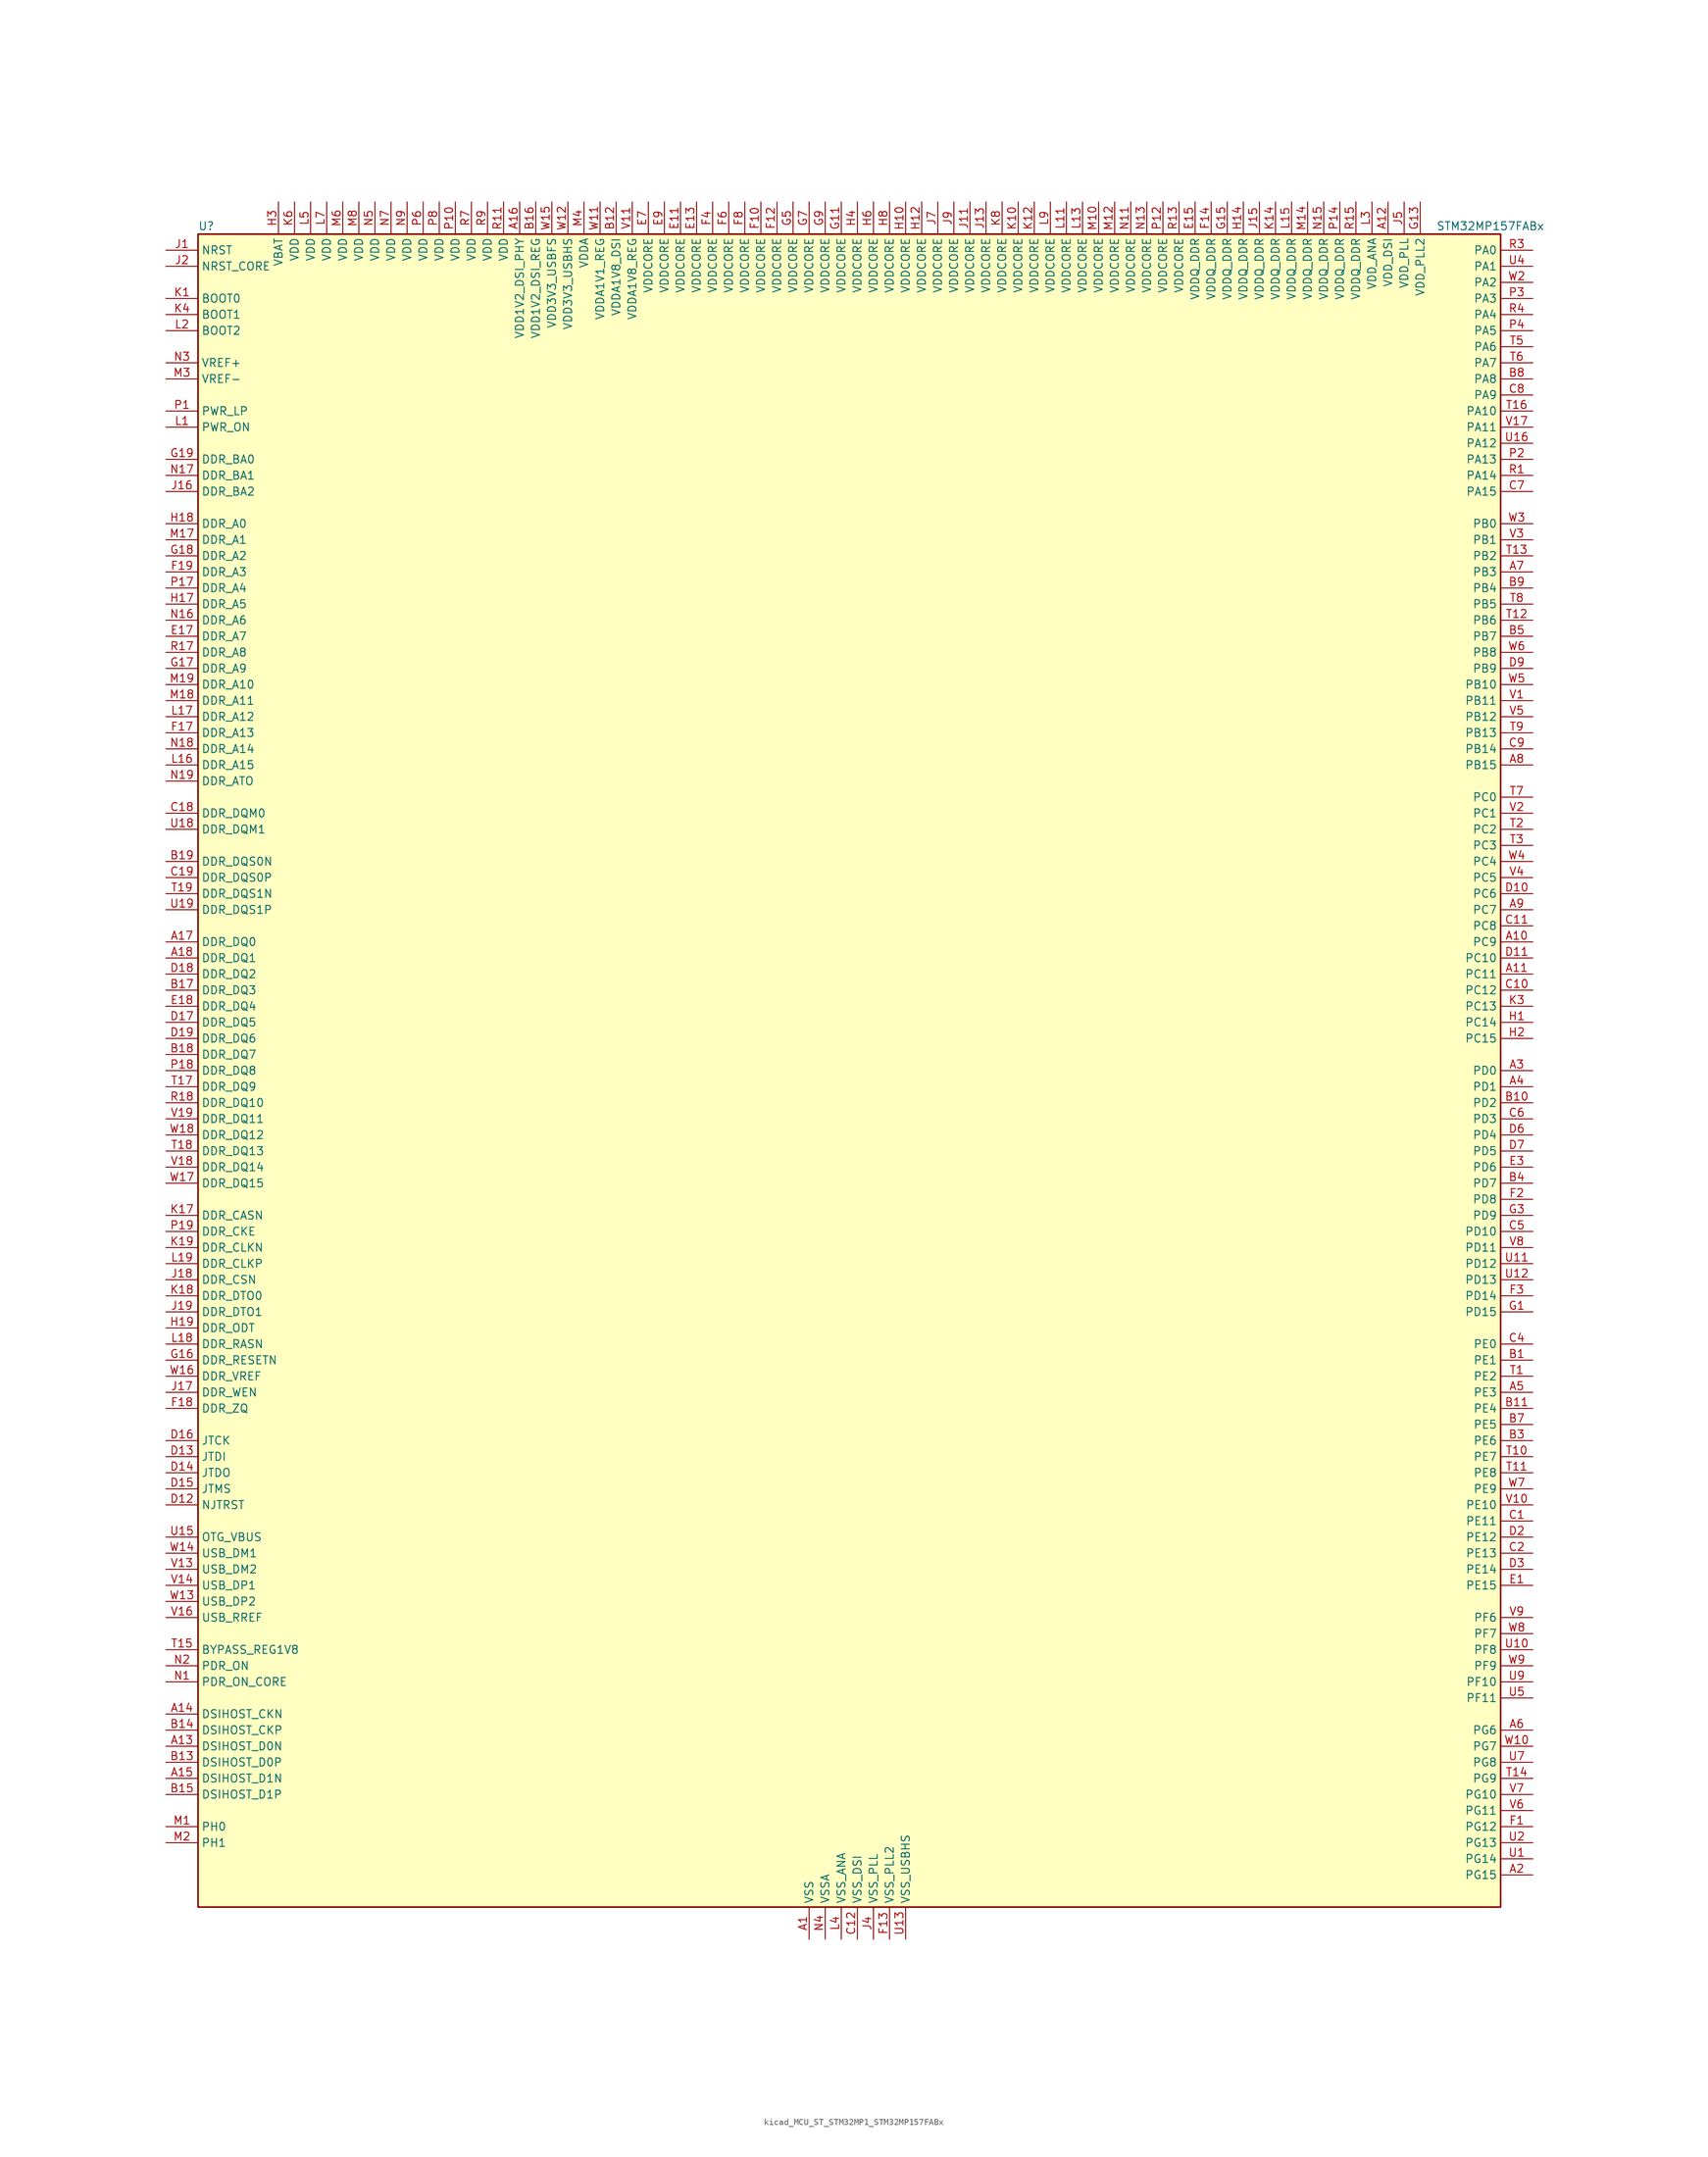
<source format=kicad_sym>
(kicad_symbol_lib
  (version 20220914)
  (generator kicad_symbol_editor)
  (symbol "kicad_MCU_ST_STM32MP1_STM32MP157FABx"
    (property "Reference" "U"
      (at -101.6 133.35 0)
      (effects (font (size 1.27 1.27)) (justify left)))
    (property "Value" "STM32MP157FABx"
      (at 93.98 133.35 0)
      (effects (font (size 1.27 1.27)) (justify left)))
    (property "ki_locked" ""
      (at 0 0 0)
      (effects (font (size 1.27 1.27))))
    (symbol "kicad_MCU_ST_STM32MP1_STM32MP157FABx_0_1"
      (rectangle (start -101.6 -132.08) (end 104.14 132.08) (stroke (width 0.254) (type default)) (fill (type background))))
    (symbol "kicad_MCU_ST_STM32MP1_STM32MP157FABx_1_1"
      (pin power_in line (at -5.08 -137.16 90) (length 5.08) (name "VSS" (effects (font (size 1.27 1.27)))) (number "A1" (effects (font (size 1.27 1.27)))))
      (pin bidirectional line (at 109.22 20.32 180) (length 5.08) (name "PC9" (effects (font (size 1.27 1.27)))) (number "A10" (effects (font (size 1.27 1.27)))) (alternate "DAC1_EXTI9" bidirectional line) (alternate "DCMI_D3" bidirectional line) (alternate "DEBUG_TRACED1" bidirectional line) (alternate "I2C3_SDA" bidirectional line) (alternate "I2S_CKIN" bidirectional line) (alternate "LTDC_B2" bidirectional line) (alternate "QUADSPI_BK1_IO0" bidirectional line) (alternate "SDMMC1_D1" bidirectional line) (alternate "TIM3_CH4" bidirectional line) (alternate "TIM8_CH4" bidirectional line) (alternate "UART5_CTS" bidirectional line))
      (pin bidirectional line (at 109.22 15.24 180) (length 5.08) (name "PC11" (effects (font (size 1.27 1.27)))) (number "A11" (effects (font (size 1.27 1.27)))) (alternate "ADC1_EXTI11" bidirectional line) (alternate "ADC2_EXTI11" bidirectional line) (alternate "DCMI_D4" bidirectional line) (alternate "DEBUG_TRACED3" bidirectional line) (alternate "DFSDM1_DATIN5" bidirectional line) (alternate "I2S3_SDI" bidirectional line) (alternate "QUADSPI_BK2_NCS" bidirectional line) (alternate "SAI4_SCK_B" bidirectional line) (alternate "SDMMC1_D3" bidirectional line) (alternate "SPI3_MISO" bidirectional line) (alternate "UART4_RX" bidirectional line) (alternate "USART3_RX" bidirectional line))
      (pin power_in line (at 86.36 137.16 270) (length 5.08) (name "VDD_DSI" (effects (font (size 1.27 1.27)))) (number "A12" (effects (font (size 1.27 1.27)))))
      (pin bidirectional line (at -106.68 -106.68 0) (length 5.08) (name "DSIHOST_D0N" (effects (font (size 1.27 1.27)))) (number "A13" (effects (font (size 1.27 1.27)))) (alternate "DSIHOST_D0N" bidirectional line))
      (pin bidirectional line (at -106.68 -101.6 0) (length 5.08) (name "DSIHOST_CKN" (effects (font (size 1.27 1.27)))) (number "A14" (effects (font (size 1.27 1.27)))) (alternate "DSIHOST_CKN" bidirectional line))
      (pin bidirectional line (at -106.68 -111.76 0) (length 5.08) (name "DSIHOST_D1N" (effects (font (size 1.27 1.27)))) (number "A15" (effects (font (size 1.27 1.27)))) (alternate "DSIHOST_D1N" bidirectional line))
      (pin power_in line (at -50.8 137.16 270) (length 5.08) (name "VDD1V2_DSI_PHY" (effects (font (size 1.27 1.27)))) (number "A16" (effects (font (size 1.27 1.27)))))
      (pin bidirectional line (at -106.68 20.32 0) (length 5.08) (name "DDR_DQ0" (effects (font (size 1.27 1.27)))) (number "A17" (effects (font (size 1.27 1.27)))) (alternate "DDR_DQ0" bidirectional line))
      (pin bidirectional line (at -106.68 17.78 0) (length 5.08) (name "DDR_DQ1" (effects (font (size 1.27 1.27)))) (number "A18" (effects (font (size 1.27 1.27)))) (alternate "DDR_DQ1" bidirectional line))
      (pin passive line (at -5.08 -137.16 90) (length 5.08) hide (name "VSS" (effects (font (size 1.27 1.27)))) (number "A19" (effects (font (size 1.27 1.27)))))
      (pin bidirectional line (at 109.22 -127 180) (length 5.08) (name "PG15" (effects (font (size 1.27 1.27)))) (number "A2" (effects (font (size 1.27 1.27)))) (alternate "ADC1_EXTI15" bidirectional line) (alternate "ADC2_EXTI15" bidirectional line) (alternate "DCMI_D13" bidirectional line) (alternate "DEBUG_TRACED7" bidirectional line) (alternate "I2C2_SDA" bidirectional line) (alternate "SAI1_D2" bidirectional line) (alternate "SAI1_FS_A" bidirectional line) (alternate "SDMMC3_CK" bidirectional line) (alternate "USART6_CTS" bidirectional line) (alternate "USART6_NSS" bidirectional line))
      (pin bidirectional line (at 109.22 0 180) (length 5.08) (name "PD0" (effects (font (size 1.27 1.27)))) (number "A3" (effects (font (size 1.27 1.27)))) (alternate "DFSDM1_CKIN6" bidirectional line) (alternate "DFSDM1_DATIN7" bidirectional line) (alternate "FDCAN1_RX" bidirectional line) (alternate "FMC_D2" bidirectional line) (alternate "FMC_DA2" bidirectional line) (alternate "I2C5_SDA" bidirectional line) (alternate "I2C6_SDA" bidirectional line) (alternate "SAI3_SCK_A" bidirectional line) (alternate "SDMMC3_CMD" bidirectional line) (alternate "UART4_RX" bidirectional line))
      (pin bidirectional line (at 109.22 -2.54 180) (length 5.08) (name "PD1" (effects (font (size 1.27 1.27)))) (number "A4" (effects (font (size 1.27 1.27)))) (alternate "DFSDM1_CKIN7" bidirectional line) (alternate "DFSDM1_DATIN6" bidirectional line) (alternate "FDCAN1_TX" bidirectional line) (alternate "FMC_D3" bidirectional line) (alternate "FMC_DA3" bidirectional line) (alternate "I2C5_SCL" bidirectional line) (alternate "I2C6_SCL" bidirectional line) (alternate "SAI3_SD_A" bidirectional line) (alternate "SDMMC3_D0" bidirectional line) (alternate "UART4_TX" bidirectional line))
      (pin bidirectional line (at 109.22 -50.8 180) (length 5.08) (name "PE3" (effects (font (size 1.27 1.27)))) (number "A5" (effects (font (size 1.27 1.27)))) (alternate "DEBUG_TRACED0" bidirectional line) (alternate "FMC_A19" bidirectional line) (alternate "SAI1_SD_B" bidirectional line) (alternate "SDMMC2_CK" bidirectional line) (alternate "TIM15_BKIN" bidirectional line))
      (pin bidirectional line (at 109.22 -104.14 180) (length 5.08) (name "PG6" (effects (font (size 1.27 1.27)))) (number "A6" (effects (font (size 1.27 1.27)))) (alternate "DCMI_D12" bidirectional line) (alternate "DEBUG_TRACED14" bidirectional line) (alternate "LTDC_R7" bidirectional line) (alternate "SDMMC2_CMD" bidirectional line) (alternate "TIM17_BKIN" bidirectional line))
      (pin bidirectional line (at 109.22 78.74 180) (length 5.08) (name "PB3" (effects (font (size 1.27 1.27)))) (number "A7" (effects (font (size 1.27 1.27)))) (alternate "DEBUG_TRACED9" bidirectional line) (alternate "I2S1_CK" bidirectional line) (alternate "I2S3_CK" bidirectional line) (alternate "SAI4_CK1" bidirectional line) (alternate "SAI4_MCLK_A" bidirectional line) (alternate "SDMMC2_D2" bidirectional line) (alternate "SPI1_SCK" bidirectional line) (alternate "SPI3_SCK" bidirectional line) (alternate "SPI6_SCK" bidirectional line) (alternate "TIM2_CH2" bidirectional line) (alternate "UART7_RX" bidirectional line))
      (pin bidirectional line (at 109.22 48.26 180) (length 5.08) (name "PB15" (effects (font (size 1.27 1.27)))) (number "A8" (effects (font (size 1.27 1.27)))) (alternate "ADC1_EXTI15" bidirectional line) (alternate "ADC2_EXTI15" bidirectional line) (alternate "DFSDM1_CKIN2" bidirectional line) (alternate "I2S2_SDO" bidirectional line) (alternate "RTC_REFIN" bidirectional line) (alternate "SDMMC2_D1" bidirectional line) (alternate "SPI2_MOSI" bidirectional line) (alternate "TIM12_CH2" bidirectional line) (alternate "TIM1_CH3N" bidirectional line) (alternate "TIM8_CH3N" bidirectional line) (alternate "USART1_RX" bidirectional line))
      (pin bidirectional line (at 109.22 25.4 180) (length 5.08) (name "PC7" (effects (font (size 1.27 1.27)))) (number "A9" (effects (font (size 1.27 1.27)))) (alternate "DCMI_D1" bidirectional line) (alternate "DFSDM1_DATIN3" bidirectional line) (alternate "HDP_HDP4" bidirectional line) (alternate "I2S3_MCK" bidirectional line) (alternate "LTDC_G6" bidirectional line) (alternate "SDMMC1_D123DIR" bidirectional line) (alternate "SDMMC1_D7" bidirectional line) (alternate "SDMMC2_D123DIR" bidirectional line) (alternate "SDMMC2_D7" bidirectional line) (alternate "TIM3_CH2" bidirectional line) (alternate "TIM8_CH2" bidirectional line) (alternate "USART6_RX" bidirectional line))
      (pin bidirectional line (at 109.22 -45.72 180) (length 5.08) (name "PE1" (effects (font (size 1.27 1.27)))) (number "B1" (effects (font (size 1.27 1.27)))) (alternate "DCMI_D3" bidirectional line) (alternate "FMC_NBL1" bidirectional line) (alternate "I2S2_MCK" bidirectional line) (alternate "LPTIM1_IN2" bidirectional line) (alternate "SAI3_SD_B" bidirectional line) (alternate "UART8_TX" bidirectional line))
      (pin bidirectional line (at 109.22 -5.08 180) (length 5.08) (name "PD2" (effects (font (size 1.27 1.27)))) (number "B10" (effects (font (size 1.27 1.27)))) (alternate "DCMI_D11" bidirectional line) (alternate "I2C5_SMBA" bidirectional line) (alternate "SDMMC1_CMD" bidirectional line) (alternate "TIM3_ETR" bidirectional line) (alternate "UART4_RX" bidirectional line) (alternate "UART5_RX" bidirectional line))
      (pin bidirectional line (at 109.22 -53.34 180) (length 5.08) (name "PE4" (effects (font (size 1.27 1.27)))) (number "B11" (effects (font (size 1.27 1.27)))) (alternate "DCMI_D4" bidirectional line) (alternate "DEBUG_TRACED1" bidirectional line) (alternate "DFSDM1_DATIN3" bidirectional line) (alternate "FMC_A20" bidirectional line) (alternate "LTDC_B0" bidirectional line) (alternate "SAI1_D2" bidirectional line) (alternate "SAI1_FS_A" bidirectional line) (alternate "SDMMC1_CKIN" bidirectional line) (alternate "SDMMC1_D4" bidirectional line) (alternate "SDMMC2_CKIN" bidirectional line) (alternate "SDMMC2_D4" bidirectional line) (alternate "SPI4_NSS" bidirectional line) (alternate "TIM15_CH1N" bidirectional line))
      (pin power_in line (at -35.56 137.16 270) (length 5.08) (name "VDDA1V8_DSI" (effects (font (size 1.27 1.27)))) (number "B12" (effects (font (size 1.27 1.27)))))
      (pin bidirectional line (at -106.68 -109.22 0) (length 5.08) (name "DSIHOST_D0P" (effects (font (size 1.27 1.27)))) (number "B13" (effects (font (size 1.27 1.27)))) (alternate "DSIHOST_D0P" bidirectional line))
      (pin bidirectional line (at -106.68 -104.14 0) (length 5.08) (name "DSIHOST_CKP" (effects (font (size 1.27 1.27)))) (number "B14" (effects (font (size 1.27 1.27)))) (alternate "DSIHOST_CKP" bidirectional line))
      (pin bidirectional line (at -106.68 -114.3 0) (length 5.08) (name "DSIHOST_D1P" (effects (font (size 1.27 1.27)))) (number "B15" (effects (font (size 1.27 1.27)))) (alternate "DSIHOST_D1P" bidirectional line))
      (pin power_in line (at -48.26 137.16 270) (length 5.08) (name "VDD1V2_DSI_REG" (effects (font (size 1.27 1.27)))) (number "B16" (effects (font (size 1.27 1.27)))))
      (pin bidirectional line (at -106.68 12.7 0) (length 5.08) (name "DDR_DQ3" (effects (font (size 1.27 1.27)))) (number "B17" (effects (font (size 1.27 1.27)))) (alternate "DDR_DQ3" bidirectional line))
      (pin bidirectional line (at -106.68 2.54 0) (length 5.08) (name "DDR_DQ7" (effects (font (size 1.27 1.27)))) (number "B18" (effects (font (size 1.27 1.27)))) (alternate "DDR_DQ7" bidirectional line))
      (pin bidirectional line (at -106.68 33.02 0) (length 5.08) (name "DDR_DQS0N" (effects (font (size 1.27 1.27)))) (number "B19" (effects (font (size 1.27 1.27)))) (alternate "DDR_DQS0N" bidirectional line))
      (pin passive line (at -5.08 -137.16 90) (length 5.08) hide (name "VSS" (effects (font (size 1.27 1.27)))) (number "B2" (effects (font (size 1.27 1.27)))))
      (pin bidirectional line (at 109.22 -58.42 180) (length 5.08) (name "PE6" (effects (font (size 1.27 1.27)))) (number "B3" (effects (font (size 1.27 1.27)))) (alternate "DCMI_D7" bidirectional line) (alternate "DEBUG_TRACED2" bidirectional line) (alternate "FMC_A22" bidirectional line) (alternate "LTDC_G1" bidirectional line) (alternate "SAI1_D1" bidirectional line) (alternate "SAI1_SD_A" bidirectional line) (alternate "SAI2_MCLK_B" bidirectional line) (alternate "SDMMC1_D2" bidirectional line) (alternate "SDMMC2_D0" bidirectional line) (alternate "SPI4_MOSI" bidirectional line) (alternate "TIM15_CH2" bidirectional line) (alternate "TIM1_BKIN2" bidirectional line))
      (pin bidirectional line (at 109.22 -17.78 180) (length 5.08) (name "PD7" (effects (font (size 1.27 1.27)))) (number "B4" (effects (font (size 1.27 1.27)))) (alternate "DEBUG_TRACED6" bidirectional line) (alternate "DFSDM1_CKIN1" bidirectional line) (alternate "DFSDM1_DATIN4" bidirectional line) (alternate "FMC_NE1" bidirectional line) (alternate "I2C2_SCL" bidirectional line) (alternate "SDMMC3_D3" bidirectional line) (alternate "SPDIFRX_IN0" bidirectional line) (alternate "USART2_CK" bidirectional line))
      (pin bidirectional line (at 109.22 68.58 180) (length 5.08) (name "PB7" (effects (font (size 1.27 1.27)))) (number "B5" (effects (font (size 1.27 1.27)))) (alternate "DCMI_VSYNC" bidirectional line) (alternate "DFSDM1_CKIN5" bidirectional line) (alternate "FMC_NL" bidirectional line) (alternate "I2C1_SDA" bidirectional line) (alternate "I2C4_SDA" bidirectional line) (alternate "SDMMC2_D1" bidirectional line) (alternate "TIM17_CH1N" bidirectional line) (alternate "TIM4_CH2" bidirectional line) (alternate "USART1_RX" bidirectional line))
      (pin passive line (at -5.08 -137.16 90) (length 5.08) hide (name "VSS" (effects (font (size 1.27 1.27)))) (number "B6" (effects (font (size 1.27 1.27)))))
      (pin bidirectional line (at 109.22 -55.88 180) (length 5.08) (name "PE5" (effects (font (size 1.27 1.27)))) (number "B7" (effects (font (size 1.27 1.27)))) (alternate "DCMI_D6" bidirectional line) (alternate "DEBUG_TRACED3" bidirectional line) (alternate "DFSDM1_CKIN3" bidirectional line) (alternate "FMC_A21" bidirectional line) (alternate "LTDC_G0" bidirectional line) (alternate "SAI1_CK2" bidirectional line) (alternate "SAI1_SCK_A" bidirectional line) (alternate "SDMMC1_D0DIR" bidirectional line) (alternate "SDMMC1_D6" bidirectional line) (alternate "SDMMC2_D0DIR" bidirectional line) (alternate "SDMMC2_D6" bidirectional line) (alternate "SPI4_MISO" bidirectional line) (alternate "TIM15_CH1" bidirectional line))
      (pin bidirectional line (at 109.22 109.22 180) (length 5.08) (name "PA8" (effects (font (size 1.27 1.27)))) (number "B8" (effects (font (size 1.27 1.27)))) (alternate "I2C3_SCL" bidirectional line) (alternate "I2S3_SDO" bidirectional line) (alternate "LTDC_R6" bidirectional line) (alternate "RCC_MCO_1" bidirectional line) (alternate "SAI4_SD_B" bidirectional line) (alternate "SDMMC2_CKIN" bidirectional line) (alternate "SDMMC2_D4" bidirectional line) (alternate "SPI3_MOSI" bidirectional line) (alternate "TIM1_CH1" bidirectional line) (alternate "TIM8_BKIN2" bidirectional line) (alternate "UART7_RX" bidirectional line) (alternate "USART1_CK" bidirectional line) (alternate "USB_OTG_HS_SOF" bidirectional line))
      (pin bidirectional line (at 109.22 76.2 180) (length 5.08) (name "PB4" (effects (font (size 1.27 1.27)))) (number "B9" (effects (font (size 1.27 1.27)))) (alternate "DEBUG_TRACED8" bidirectional line) (alternate "I2S1_SDI" bidirectional line) (alternate "I2S2_WS" bidirectional line) (alternate "I2S3_SDI" bidirectional line) (alternate "SAI4_CK2" bidirectional line) (alternate "SAI4_SCK_A" bidirectional line) (alternate "SDMMC2_D3" bidirectional line) (alternate "SPI1_MISO" bidirectional line) (alternate "SPI2_NSS" bidirectional line) (alternate "SPI3_MISO" bidirectional line) (alternate "SPI6_MISO" bidirectional line) (alternate "TIM16_BKIN" bidirectional line) (alternate "TIM3_CH1" bidirectional line) (alternate "UART7_TX" bidirectional line))
      (pin bidirectional line (at 109.22 -71.12 180) (length 5.08) (name "PE11" (effects (font (size 1.27 1.27)))) (number "C1" (effects (font (size 1.27 1.27)))) (alternate "ADC1_EXTI11" bidirectional line) (alternate "ADC2_EXTI11" bidirectional line) (alternate "DCMI_D4" bidirectional line) (alternate "DFSDM1_CKIN4" bidirectional line) (alternate "FMC_D8" bidirectional line) (alternate "FMC_DA8" bidirectional line) (alternate "LTDC_G3" bidirectional line) (alternate "SAI2_SD_B" bidirectional line) (alternate "SPI4_NSS" bidirectional line) (alternate "TIM1_CH2" bidirectional line) (alternate "USART6_CK" bidirectional line))
      (pin bidirectional line (at 109.22 12.7 180) (length 5.08) (name "PC12" (effects (font (size 1.27 1.27)))) (number "C10" (effects (font (size 1.27 1.27)))) (alternate "DCMI_D9" bidirectional line) (alternate "DEBUG_TRACECLK" bidirectional line) (alternate "I2S3_SDO" bidirectional line) (alternate "RCC_MCO_2" bidirectional line) (alternate "SAI4_D3" bidirectional line) (alternate "SAI4_SD_B" bidirectional line) (alternate "SDMMC1_CK" bidirectional line) (alternate "SPI3_MOSI" bidirectional line) (alternate "UART5_TX" bidirectional line) (alternate "USART3_CK" bidirectional line))
      (pin bidirectional line (at 109.22 22.86 180) (length 5.08) (name "PC8" (effects (font (size 1.27 1.27)))) (number "C11" (effects (font (size 1.27 1.27)))) (alternate "DCMI_D2" bidirectional line) (alternate "DEBUG_TRACED0" bidirectional line) (alternate "SDMMC1_D0" bidirectional line) (alternate "TIM3_CH3" bidirectional line) (alternate "TIM8_CH3" bidirectional line) (alternate "UART4_TX" bidirectional line) (alternate "UART5_DE" bidirectional line) (alternate "UART5_RTS" bidirectional line) (alternate "USART6_CK" bidirectional line))
      (pin power_in line (at 2.54 -137.16 90) (length 5.08) (name "VSS_DSI" (effects (font (size 1.27 1.27)))) (number "C12" (effects (font (size 1.27 1.27)))))
      (pin passive line (at 2.54 -137.16 90) (length 5.08) hide (name "VSS_DSI" (effects (font (size 1.27 1.27)))) (number "C13" (effects (font (size 1.27 1.27)))))
      (pin passive line (at 2.54 -137.16 90) (length 5.08) hide (name "VSS_DSI" (effects (font (size 1.27 1.27)))) (number "C14" (effects (font (size 1.27 1.27)))))
      (pin passive line (at 2.54 -137.16 90) (length 5.08) hide (name "VSS_DSI" (effects (font (size 1.27 1.27)))) (number "C15" (effects (font (size 1.27 1.27)))))
      (pin passive line (at 2.54 -137.16 90) (length 5.08) hide (name "VSS_DSI" (effects (font (size 1.27 1.27)))) (number "C16" (effects (font (size 1.27 1.27)))))
      (pin passive line (at -5.08 -137.16 90) (length 5.08) hide (name "VSS" (effects (font (size 1.27 1.27)))) (number "C17" (effects (font (size 1.27 1.27)))))
      (pin bidirectional line (at -106.68 40.64 0) (length 5.08) (name "DDR_DQM0" (effects (font (size 1.27 1.27)))) (number "C18" (effects (font (size 1.27 1.27)))) (alternate "DDR_DQM0" bidirectional line))
      (pin bidirectional line (at -106.68 30.48 0) (length 5.08) (name "DDR_DQS0P" (effects (font (size 1.27 1.27)))) (number "C19" (effects (font (size 1.27 1.27)))) (alternate "DDR_DQS0P" bidirectional line))
      (pin bidirectional line (at 109.22 -76.2 180) (length 5.08) (name "PE13" (effects (font (size 1.27 1.27)))) (number "C2" (effects (font (size 1.27 1.27)))) (alternate "DCMI_D6" bidirectional line) (alternate "DFSDM1_CKIN5" bidirectional line) (alternate "FMC_D10" bidirectional line) (alternate "FMC_DA10" bidirectional line) (alternate "HDP_HDP2" bidirectional line) (alternate "LTDC_DE" bidirectional line) (alternate "SAI2_FS_B" bidirectional line) (alternate "SPI4_MISO" bidirectional line) (alternate "TIM1_CH3" bidirectional line))
      (pin passive line (at -5.08 -137.16 90) (length 5.08) hide (name "VSS" (effects (font (size 1.27 1.27)))) (number "C3" (effects (font (size 1.27 1.27)))))
      (pin bidirectional line (at 109.22 -43.18 180) (length 5.08) (name "PE0" (effects (font (size 1.27 1.27)))) (number "C4" (effects (font (size 1.27 1.27)))) (alternate "DCMI_D2" bidirectional line) (alternate "FMC_NBL0" bidirectional line) (alternate "I2S3_CK" bidirectional line) (alternate "LPTIM1_ETR" bidirectional line) (alternate "LPTIM2_ETR" bidirectional line) (alternate "SAI2_MCLK_A" bidirectional line) (alternate "SAI4_MCLK_B" bidirectional line) (alternate "SPI3_SCK" bidirectional line) (alternate "TIM4_ETR" bidirectional line) (alternate "UART8_RX" bidirectional line))
      (pin bidirectional line (at 109.22 -25.4 180) (length 5.08) (name "PD10" (effects (font (size 1.27 1.27)))) (number "C5" (effects (font (size 1.27 1.27)))) (alternate "DFSDM1_CKOUT" bidirectional line) (alternate "FMC_D15" bidirectional line) (alternate "FMC_DA15" bidirectional line) (alternate "I2C5_SMBA" bidirectional line) (alternate "I2S3_SDI" bidirectional line) (alternate "LTDC_B3" bidirectional line) (alternate "RTC_REFIN" bidirectional line) (alternate "SAI3_FS_B" bidirectional line) (alternate "SPI3_MISO" bidirectional line) (alternate "TIM16_BKIN" bidirectional line) (alternate "USART3_CK" bidirectional line))
      (pin bidirectional line (at 109.22 -7.62 180) (length 5.08) (name "PD3" (effects (font (size 1.27 1.27)))) (number "C6" (effects (font (size 1.27 1.27)))) (alternate "DCMI_D5" bidirectional line) (alternate "DFSDM1_CKOUT" bidirectional line) (alternate "DFSDM1_DATIN0" bidirectional line) (alternate "FMC_CLK" bidirectional line) (alternate "HDP_HDP5" bidirectional line) (alternate "I2S2_CK" bidirectional line) (alternate "LTDC_G7" bidirectional line) (alternate "SDMMC1_D123DIR" bidirectional line) (alternate "SDMMC1_D7" bidirectional line) (alternate "SDMMC2_D123DIR" bidirectional line) (alternate "SDMMC2_D7" bidirectional line) (alternate "SPI2_SCK" bidirectional line) (alternate "USART2_CTS" bidirectional line) (alternate "USART2_NSS" bidirectional line))
      (pin bidirectional line (at 109.22 91.44 180) (length 5.08) (name "PA15" (effects (font (size 1.27 1.27)))) (number "C7" (effects (font (size 1.27 1.27)))) (alternate "ADC1_EXTI15" bidirectional line) (alternate "ADC2_EXTI15" bidirectional line) (alternate "CEC" bidirectional line) (alternate "DEBUG_DBTRGI" bidirectional line) (alternate "I2S1_WS" bidirectional line) (alternate "I2S3_WS" bidirectional line) (alternate "LTDC_R1" bidirectional line) (alternate "SAI4_D2" bidirectional line) (alternate "SAI4_FS_A" bidirectional line) (alternate "SDMMC1_CDIR" bidirectional line) (alternate "SDMMC1_D5" bidirectional line) (alternate "SDMMC2_CDIR" bidirectional line) (alternate "SDMMC2_D5" bidirectional line) (alternate "SPI1_NSS" bidirectional line) (alternate "SPI3_NSS" bidirectional line) (alternate "SPI6_NSS" bidirectional line) (alternate "TIM2_CH1" bidirectional line) (alternate "TIM2_ETR" bidirectional line) (alternate "UART4_DE" bidirectional line) (alternate "UART4_RTS" bidirectional line) (alternate "UART7_TX" bidirectional line))
      (pin bidirectional line (at 109.22 106.68 180) (length 5.08) (name "PA9" (effects (font (size 1.27 1.27)))) (number "C8" (effects (font (size 1.27 1.27)))) (alternate "DAC1_EXTI9" bidirectional line) (alternate "DCMI_D0" bidirectional line) (alternate "I2C3_SMBA" bidirectional line) (alternate "I2S2_CK" bidirectional line) (alternate "LTDC_R5" bidirectional line) (alternate "SDMMC2_CDIR" bidirectional line) (alternate "SDMMC2_D5" bidirectional line) (alternate "SPI2_SCK" bidirectional line) (alternate "TIM1_CH2" bidirectional line) (alternate "USART1_TX" bidirectional line))
      (pin bidirectional line (at 109.22 50.8 180) (length 5.08) (name "PB14" (effects (font (size 1.27 1.27)))) (number "C9" (effects (font (size 1.27 1.27)))) (alternate "DFSDM1_DATIN2" bidirectional line) (alternate "I2S2_SDI" bidirectional line) (alternate "SDMMC2_D0" bidirectional line) (alternate "SPI2_MISO" bidirectional line) (alternate "TIM12_CH1" bidirectional line) (alternate "TIM1_CH2N" bidirectional line) (alternate "TIM8_CH2N" bidirectional line) (alternate "USART1_TX" bidirectional line) (alternate "USART3_DE" bidirectional line) (alternate "USART3_RTS" bidirectional line))
      (pin passive line (at -5.08 -137.16 90) (length 5.08) hide (name "VSS" (effects (font (size 1.27 1.27)))) (number "D1" (effects (font (size 1.27 1.27)))))
      (pin bidirectional line (at 109.22 27.94 180) (length 5.08) (name "PC6" (effects (font (size 1.27 1.27)))) (number "D10" (effects (font (size 1.27 1.27)))) (alternate "DCMI_D0" bidirectional line) (alternate "DFSDM1_CKIN3" bidirectional line) (alternate "DSIHOST_TE" bidirectional line) (alternate "HDP_HDP1" bidirectional line) (alternate "I2S2_MCK" bidirectional line) (alternate "LTDC_HSYNC" bidirectional line) (alternate "SDMMC1_D0DIR" bidirectional line) (alternate "SDMMC1_D6" bidirectional line) (alternate "SDMMC2_D0DIR" bidirectional line) (alternate "SDMMC2_D6" bidirectional line) (alternate "TIM3_CH1" bidirectional line) (alternate "TIM8_CH1" bidirectional line) (alternate "USART6_TX" bidirectional line))
      (pin bidirectional line (at 109.22 17.78 180) (length 5.08) (name "PC10" (effects (font (size 1.27 1.27)))) (number "D11" (effects (font (size 1.27 1.27)))) (alternate "DCMI_D8" bidirectional line) (alternate "DEBUG_TRACED2" bidirectional line) (alternate "DFSDM1_CKIN5" bidirectional line) (alternate "I2S3_CK" bidirectional line) (alternate "LTDC_R2" bidirectional line) (alternate "QUADSPI_BK1_IO1" bidirectional line) (alternate "SAI4_MCLK_B" bidirectional line) (alternate "SDMMC1_D2" bidirectional line) (alternate "SPI3_SCK" bidirectional line) (alternate "UART4_TX" bidirectional line) (alternate "USART3_TX" bidirectional line))
      (pin bidirectional line (at -106.68 -68.58 0) (length 5.08) (name "NJTRST" (effects (font (size 1.27 1.27)))) (number "D12" (effects (font (size 1.27 1.27)))) (alternate "DEBUG_JTRST" bidirectional line))
      (pin bidirectional line (at -106.68 -60.96 0) (length 5.08) (name "JTDI" (effects (font (size 1.27 1.27)))) (number "D13" (effects (font (size 1.27 1.27)))) (alternate "DEBUG_JTDI" bidirectional line))
      (pin bidirectional line (at -106.68 -63.5 0) (length 5.08) (name "JTDO" (effects (font (size 1.27 1.27)))) (number "D14" (effects (font (size 1.27 1.27)))) (alternate "DEBUG_JTDO-SWO" bidirectional line))
      (pin bidirectional line (at -106.68 -66.04 0) (length 5.08) (name "JTMS" (effects (font (size 1.27 1.27)))) (number "D15" (effects (font (size 1.27 1.27)))) (alternate "DEBUG_JTMS-SWDIO" bidirectional line))
      (pin bidirectional line (at -106.68 -58.42 0) (length 5.08) (name "JTCK" (effects (font (size 1.27 1.27)))) (number "D16" (effects (font (size 1.27 1.27)))) (alternate "DEBUG_JTCK-SWCLK" bidirectional line))
      (pin bidirectional line (at -106.68 7.62 0) (length 5.08) (name "DDR_DQ5" (effects (font (size 1.27 1.27)))) (number "D17" (effects (font (size 1.27 1.27)))) (alternate "DDR_DQ5" bidirectional line))
      (pin bidirectional line (at -106.68 15.24 0) (length 5.08) (name "DDR_DQ2" (effects (font (size 1.27 1.27)))) (number "D18" (effects (font (size 1.27 1.27)))) (alternate "DDR_DQ2" bidirectional line))
      (pin bidirectional line (at -106.68 5.08 0) (length 5.08) (name "DDR_DQ6" (effects (font (size 1.27 1.27)))) (number "D19" (effects (font (size 1.27 1.27)))) (alternate "DDR_DQ6" bidirectional line))
      (pin bidirectional line (at 109.22 -73.66 180) (length 5.08) (name "PE12" (effects (font (size 1.27 1.27)))) (number "D2" (effects (font (size 1.27 1.27)))) (alternate "DFSDM1_DATIN5" bidirectional line) (alternate "FMC_D9" bidirectional line) (alternate "FMC_DA9" bidirectional line) (alternate "LTDC_B4" bidirectional line) (alternate "SAI2_SCK_B" bidirectional line) (alternate "SDMMC1_D0DIR" bidirectional line) (alternate "SPI4_SCK" bidirectional line) (alternate "TIM1_CH3N" bidirectional line))
      (pin bidirectional line (at 109.22 -78.74 180) (length 5.08) (name "PE14" (effects (font (size 1.27 1.27)))) (number "D3" (effects (font (size 1.27 1.27)))) (alternate "FMC_D11" bidirectional line) (alternate "FMC_DA11" bidirectional line) (alternate "LTDC_CLK" bidirectional line) (alternate "LTDC_G0" bidirectional line) (alternate "SAI2_MCLK_B" bidirectional line) (alternate "SDMMC1_D123DIR" bidirectional line) (alternate "SPI4_MOSI" bidirectional line) (alternate "TIM1_CH4" bidirectional line) (alternate "UART8_DE" bidirectional line) (alternate "UART8_RTS" bidirectional line))
      (pin passive line (at -5.08 -137.16 90) (length 5.08) hide (name "VSS" (effects (font (size 1.27 1.27)))) (number "D4" (effects (font (size 1.27 1.27)))))
      (pin passive line (at -5.08 -137.16 90) (length 5.08) hide (name "VSS" (effects (font (size 1.27 1.27)))) (number "D5" (effects (font (size 1.27 1.27)))))
      (pin bidirectional line (at 109.22 -10.16 180) (length 5.08) (name "PD4" (effects (font (size 1.27 1.27)))) (number "D6" (effects (font (size 1.27 1.27)))) (alternate "DFSDM1_CKIN0" bidirectional line) (alternate "FMC_NOE" bidirectional line) (alternate "SAI3_FS_A" bidirectional line) (alternate "SDMMC3_D1" bidirectional line) (alternate "USART2_DE" bidirectional line) (alternate "USART2_RTS" bidirectional line))
      (pin bidirectional line (at 109.22 -12.7 180) (length 5.08) (name "PD5" (effects (font (size 1.27 1.27)))) (number "D7" (effects (font (size 1.27 1.27)))) (alternate "FMC_NWE" bidirectional line) (alternate "SDMMC3_D2" bidirectional line) (alternate "USART2_TX" bidirectional line))
      (pin passive line (at -5.08 -137.16 90) (length 5.08) hide (name "VSS" (effects (font (size 1.27 1.27)))) (number "D8" (effects (font (size 1.27 1.27)))))
      (pin bidirectional line (at 109.22 63.5 180) (length 5.08) (name "PB9" (effects (font (size 1.27 1.27)))) (number "D9" (effects (font (size 1.27 1.27)))) (alternate "DAC1_EXTI9" bidirectional line) (alternate "DCMI_D7" bidirectional line) (alternate "DFSDM1_DATIN7" bidirectional line) (alternate "FDCAN1_TX" bidirectional line) (alternate "HDP_HDP7" bidirectional line) (alternate "I2C1_SDA" bidirectional line) (alternate "I2C4_SDA" bidirectional line) (alternate "I2S2_WS" bidirectional line) (alternate "LTDC_B7" bidirectional line) (alternate "SDMMC1_CDIR" bidirectional line) (alternate "SDMMC1_D5" bidirectional line) (alternate "SDMMC2_CDIR" bidirectional line) (alternate "SDMMC2_D5" bidirectional line) (alternate "SPI2_NSS" bidirectional line) (alternate "TIM17_CH1" bidirectional line) (alternate "TIM4_CH4" bidirectional line) (alternate "UART4_TX" bidirectional line))
      (pin bidirectional line (at 109.22 -81.28 180) (length 5.08) (name "PE15" (effects (font (size 1.27 1.27)))) (number "E1" (effects (font (size 1.27 1.27)))) (alternate "ADC1_EXTI15" bidirectional line) (alternate "ADC2_EXTI15" bidirectional line) (alternate "FMC_D12" bidirectional line) (alternate "FMC_DA12" bidirectional line) (alternate "FMC_NCE2" bidirectional line) (alternate "HDP_HDP3" bidirectional line) (alternate "LTDC_R7" bidirectional line) (alternate "TIM15_BKIN" bidirectional line) (alternate "TIM1_BKIN" bidirectional line) (alternate "UART8_CTS" bidirectional line) (alternate "USART2_CTS" bidirectional line) (alternate "USART2_NSS" bidirectional line))
      (pin passive line (at -5.08 -137.16 90) (length 5.08) hide (name "VSS" (effects (font (size 1.27 1.27)))) (number "E10" (effects (font (size 1.27 1.27)))))
      (pin power_in line (at -25.4 137.16 270) (length 5.08) (name "VDDCORE" (effects (font (size 1.27 1.27)))) (number "E11" (effects (font (size 1.27 1.27)))))
      (pin passive line (at -5.08 -137.16 90) (length 5.08) hide (name "VSS" (effects (font (size 1.27 1.27)))) (number "E12" (effects (font (size 1.27 1.27)))))
      (pin power_in line (at -22.86 137.16 270) (length 5.08) (name "VDDCORE" (effects (font (size 1.27 1.27)))) (number "E13" (effects (font (size 1.27 1.27)))))
      (pin passive line (at -5.08 -137.16 90) (length 5.08) hide (name "VSS" (effects (font (size 1.27 1.27)))) (number "E14" (effects (font (size 1.27 1.27)))))
      (pin power_in line (at 55.88 137.16 270) (length 5.08) (name "VDDQ_DDR" (effects (font (size 1.27 1.27)))) (number "E15" (effects (font (size 1.27 1.27)))))
      (pin passive line (at -5.08 -137.16 90) (length 5.08) hide (name "VSS" (effects (font (size 1.27 1.27)))) (number "E16" (effects (font (size 1.27 1.27)))))
      (pin bidirectional line (at -106.68 68.58 0) (length 5.08) (name "DDR_A7" (effects (font (size 1.27 1.27)))) (number "E17" (effects (font (size 1.27 1.27)))) (alternate "DDR_A7" bidirectional line))
      (pin bidirectional line (at -106.68 10.16 0) (length 5.08) (name "DDR_DQ4" (effects (font (size 1.27 1.27)))) (number "E18" (effects (font (size 1.27 1.27)))) (alternate "DDR_DQ4" bidirectional line))
      (pin passive line (at -5.08 -137.16 90) (length 5.08) hide (name "VSS" (effects (font (size 1.27 1.27)))) (number "E2" (effects (font (size 1.27 1.27)))))
      (pin bidirectional line (at 109.22 -15.24 180) (length 5.08) (name "PD6" (effects (font (size 1.27 1.27)))) (number "E3" (effects (font (size 1.27 1.27)))) (alternate "DCMI_D10" bidirectional line) (alternate "DFSDM1_CKIN4" bidirectional line) (alternate "DFSDM1_DATIN1" bidirectional line) (alternate "FMC_NWAIT" bidirectional line) (alternate "I2S3_SDO" bidirectional line) (alternate "LTDC_B2" bidirectional line) (alternate "SAI1_D1" bidirectional line) (alternate "SAI1_SD_A" bidirectional line) (alternate "SPI3_MOSI" bidirectional line) (alternate "TIM16_CH1N" bidirectional line) (alternate "USART2_RX" bidirectional line))
      (pin passive line (at -5.08 -137.16 90) (length 5.08) hide (name "VSS" (effects (font (size 1.27 1.27)))) (number "E4" (effects (font (size 1.27 1.27)))))
      (pin passive line (at -5.08 -137.16 90) (length 5.08) hide (name "VSS" (effects (font (size 1.27 1.27)))) (number "E5" (effects (font (size 1.27 1.27)))))
      (pin passive line (at -5.08 -137.16 90) (length 5.08) hide (name "VSS" (effects (font (size 1.27 1.27)))) (number "E6" (effects (font (size 1.27 1.27)))))
      (pin power_in line (at -30.48 137.16 270) (length 5.08) (name "VDDCORE" (effects (font (size 1.27 1.27)))) (number "E7" (effects (font (size 1.27 1.27)))))
      (pin passive line (at -5.08 -137.16 90) (length 5.08) hide (name "VSS" (effects (font (size 1.27 1.27)))) (number "E8" (effects (font (size 1.27 1.27)))))
      (pin power_in line (at -27.94 137.16 270) (length 5.08) (name "VDDCORE" (effects (font (size 1.27 1.27)))) (number "E9" (effects (font (size 1.27 1.27)))))
      (pin bidirectional line (at 109.22 -119.38 180) (length 5.08) (name "PG12" (effects (font (size 1.27 1.27)))) (number "F1" (effects (font (size 1.27 1.27)))) (alternate "ETH1_PHY_INTN" bidirectional line) (alternate "FMC_NE4" bidirectional line) (alternate "LPTIM1_IN1" bidirectional line) (alternate "LTDC_B1" bidirectional line) (alternate "LTDC_B4" bidirectional line) (alternate "SAI4_CK2" bidirectional line) (alternate "SAI4_SCK_A" bidirectional line) (alternate "SPDIFRX_IN1" bidirectional line) (alternate "SPI6_MISO" bidirectional line) (alternate "USART6_DE" bidirectional line) (alternate "USART6_RTS" bidirectional line))
      (pin power_in line (at -12.7 137.16 270) (length 5.08) (name "VDDCORE" (effects (font (size 1.27 1.27)))) (number "F10" (effects (font (size 1.27 1.27)))))
      (pin passive line (at -5.08 -137.16 90) (length 5.08) hide (name "VSS" (effects (font (size 1.27 1.27)))) (number "F11" (effects (font (size 1.27 1.27)))))
      (pin power_in line (at -10.16 137.16 270) (length 5.08) (name "VDDCORE" (effects (font (size 1.27 1.27)))) (number "F12" (effects (font (size 1.27 1.27)))))
      (pin power_in line (at 7.62 -137.16 90) (length 5.08) (name "VSS_PLL2" (effects (font (size 1.27 1.27)))) (number "F13" (effects (font (size 1.27 1.27)))))
      (pin power_in line (at 58.42 137.16 270) (length 5.08) (name "VDDQ_DDR" (effects (font (size 1.27 1.27)))) (number "F14" (effects (font (size 1.27 1.27)))))
      (pin passive line (at -5.08 -137.16 90) (length 5.08) hide (name "VSS" (effects (font (size 1.27 1.27)))) (number "F15" (effects (font (size 1.27 1.27)))))
      (pin bidirectional line (at -106.68 53.34 0) (length 5.08) (name "DDR_A13" (effects (font (size 1.27 1.27)))) (number "F17" (effects (font (size 1.27 1.27)))) (alternate "DDR_A13" bidirectional line))
      (pin bidirectional line (at -106.68 -53.34 0) (length 5.08) (name "DDR_ZQ" (effects (font (size 1.27 1.27)))) (number "F18" (effects (font (size 1.27 1.27)))) (alternate "DDR_ZQ" bidirectional line))
      (pin bidirectional line (at -106.68 78.74 0) (length 5.08) (name "DDR_A3" (effects (font (size 1.27 1.27)))) (number "F19" (effects (font (size 1.27 1.27)))) (alternate "DDR_A3" bidirectional line))
      (pin bidirectional line (at 109.22 -20.32 180) (length 5.08) (name "PD8" (effects (font (size 1.27 1.27)))) (number "F2" (effects (font (size 1.27 1.27)))) (alternate "DFSDM1_CKIN3" bidirectional line) (alternate "FMC_D13" bidirectional line) (alternate "FMC_DA13" bidirectional line) (alternate "LTDC_B7" bidirectional line) (alternate "SAI3_SCK_B" bidirectional line) (alternate "SPDIFRX_IN1" bidirectional line) (alternate "USART3_TX" bidirectional line))
      (pin bidirectional line (at 109.22 -35.56 180) (length 5.08) (name "PD14" (effects (font (size 1.27 1.27)))) (number "F3" (effects (font (size 1.27 1.27)))) (alternate "FMC_D0" bidirectional line) (alternate "FMC_DA0" bidirectional line) (alternate "SAI3_MCLK_B" bidirectional line) (alternate "TIM4_CH3" bidirectional line) (alternate "UART8_CTS" bidirectional line))
      (pin power_in line (at -20.32 137.16 270) (length 5.08) (name "VDDCORE" (effects (font (size 1.27 1.27)))) (number "F4" (effects (font (size 1.27 1.27)))))
      (pin passive line (at -5.08 -137.16 90) (length 5.08) hide (name "VSS" (effects (font (size 1.27 1.27)))) (number "F5" (effects (font (size 1.27 1.27)))))
      (pin power_in line (at -17.78 137.16 270) (length 5.08) (name "VDDCORE" (effects (font (size 1.27 1.27)))) (number "F6" (effects (font (size 1.27 1.27)))))
      (pin passive line (at -5.08 -137.16 90) (length 5.08) hide (name "VSS" (effects (font (size 1.27 1.27)))) (number "F7" (effects (font (size 1.27 1.27)))))
      (pin power_in line (at -15.24 137.16 270) (length 5.08) (name "VDDCORE" (effects (font (size 1.27 1.27)))) (number "F8" (effects (font (size 1.27 1.27)))))
      (pin passive line (at -5.08 -137.16 90) (length 5.08) hide (name "VSS" (effects (font (size 1.27 1.27)))) (number "F9" (effects (font (size 1.27 1.27)))))
      (pin bidirectional line (at 109.22 -38.1 180) (length 5.08) (name "PD15" (effects (font (size 1.27 1.27)))) (number "G1" (effects (font (size 1.27 1.27)))) (alternate "ADC1_EXTI15" bidirectional line) (alternate "ADC2_EXTI15" bidirectional line) (alternate "FMC_D1" bidirectional line) (alternate "FMC_DA1" bidirectional line) (alternate "LTDC_R1" bidirectional line) (alternate "SAI3_MCLK_A" bidirectional line) (alternate "TIM4_CH4" bidirectional line) (alternate "UART8_CTS" bidirectional line))
      (pin passive line (at -5.08 -137.16 90) (length 5.08) hide (name "VSS" (effects (font (size 1.27 1.27)))) (number "G10" (effects (font (size 1.27 1.27)))))
      (pin power_in line (at 0 137.16 270) (length 5.08) (name "VDDCORE" (effects (font (size 1.27 1.27)))) (number "G11" (effects (font (size 1.27 1.27)))))
      (pin passive line (at -5.08 -137.16 90) (length 5.08) hide (name "VSS" (effects (font (size 1.27 1.27)))) (number "G12" (effects (font (size 1.27 1.27)))))
      (pin power_in line (at 91.44 137.16 270) (length 5.08) (name "VDD_PLL2" (effects (font (size 1.27 1.27)))) (number "G13" (effects (font (size 1.27 1.27)))))
      (pin passive line (at -5.08 -137.16 90) (length 5.08) hide (name "VSS" (effects (font (size 1.27 1.27)))) (number "G14" (effects (font (size 1.27 1.27)))))
      (pin power_in line (at 60.96 137.16 270) (length 5.08) (name "VDDQ_DDR" (effects (font (size 1.27 1.27)))) (number "G15" (effects (font (size 1.27 1.27)))))
      (pin bidirectional line (at -106.68 -45.72 0) (length 5.08) (name "DDR_RESETN" (effects (font (size 1.27 1.27)))) (number "G16" (effects (font (size 1.27 1.27)))) (alternate "DDR_RESETN" bidirectional line))
      (pin bidirectional line (at -106.68 63.5 0) (length 5.08) (name "DDR_A9" (effects (font (size 1.27 1.27)))) (number "G17" (effects (font (size 1.27 1.27)))) (alternate "DDR_A9" bidirectional line))
      (pin bidirectional line (at -106.68 81.28 0) (length 5.08) (name "DDR_A2" (effects (font (size 1.27 1.27)))) (number "G18" (effects (font (size 1.27 1.27)))) (alternate "DDR_A2" bidirectional line))
      (pin bidirectional line (at -106.68 96.52 0) (length 5.08) (name "DDR_BA0" (effects (font (size 1.27 1.27)))) (number "G19" (effects (font (size 1.27 1.27)))) (alternate "DDR_BA0" bidirectional line))
      (pin passive line (at -5.08 -137.16 90) (length 5.08) hide (name "VSS" (effects (font (size 1.27 1.27)))) (number "G2" (effects (font (size 1.27 1.27)))))
      (pin bidirectional line (at 109.22 -22.86 180) (length 5.08) (name "PD9" (effects (font (size 1.27 1.27)))) (number "G3" (effects (font (size 1.27 1.27)))) (alternate "DAC1_EXTI9" bidirectional line) (alternate "DCMI_HSYNC" bidirectional line) (alternate "DFSDM1_DATIN3" bidirectional line) (alternate "FMC_D14" bidirectional line) (alternate "FMC_DA14" bidirectional line) (alternate "LTDC_B0" bidirectional line) (alternate "SAI3_SD_B" bidirectional line) (alternate "USART3_RX" bidirectional line))
      (pin passive line (at -5.08 -137.16 90) (length 5.08) hide (name "VSS" (effects (font (size 1.27 1.27)))) (number "G4" (effects (font (size 1.27 1.27)))))
      (pin power_in line (at -7.62 137.16 270) (length 5.08) (name "VDDCORE" (effects (font (size 1.27 1.27)))) (number "G5" (effects (font (size 1.27 1.27)))))
      (pin passive line (at -5.08 -137.16 90) (length 5.08) hide (name "VSS" (effects (font (size 1.27 1.27)))) (number "G6" (effects (font (size 1.27 1.27)))))
      (pin power_in line (at -5.08 137.16 270) (length 5.08) (name "VDDCORE" (effects (font (size 1.27 1.27)))) (number "G7" (effects (font (size 1.27 1.27)))))
      (pin passive line (at -5.08 -137.16 90) (length 5.08) hide (name "VSS" (effects (font (size 1.27 1.27)))) (number "G8" (effects (font (size 1.27 1.27)))))
      (pin power_in line (at -2.54 137.16 270) (length 5.08) (name "VDDCORE" (effects (font (size 1.27 1.27)))) (number "G9" (effects (font (size 1.27 1.27)))))
      (pin bidirectional line (at 109.22 7.62 180) (length 5.08) (name "PC14" (effects (font (size 1.27 1.27)))) (number "H1" (effects (font (size 1.27 1.27)))) (alternate "RCC_OSC32_IN" bidirectional line))
      (pin power_in line (at 10.16 137.16 270) (length 5.08) (name "VDDCORE" (effects (font (size 1.27 1.27)))) (number "H10" (effects (font (size 1.27 1.27)))))
      (pin passive line (at -5.08 -137.16 90) (length 5.08) hide (name "VSS" (effects (font (size 1.27 1.27)))) (number "H11" (effects (font (size 1.27 1.27)))))
      (pin power_in line (at 12.7 137.16 270) (length 5.08) (name "VDDCORE" (effects (font (size 1.27 1.27)))) (number "H12" (effects (font (size 1.27 1.27)))))
      (pin passive line (at -5.08 -137.16 90) (length 5.08) hide (name "VSS" (effects (font (size 1.27 1.27)))) (number "H13" (effects (font (size 1.27 1.27)))))
      (pin power_in line (at 63.5 137.16 270) (length 5.08) (name "VDDQ_DDR" (effects (font (size 1.27 1.27)))) (number "H14" (effects (font (size 1.27 1.27)))))
      (pin passive line (at -5.08 -137.16 90) (length 5.08) hide (name "VSS" (effects (font (size 1.27 1.27)))) (number "H15" (effects (font (size 1.27 1.27)))))
      (pin bidirectional line (at -106.68 73.66 0) (length 5.08) (name "DDR_A5" (effects (font (size 1.27 1.27)))) (number "H17" (effects (font (size 1.27 1.27)))) (alternate "DDR_A5" bidirectional line))
      (pin bidirectional line (at -106.68 86.36 0) (length 5.08) (name "DDR_A0" (effects (font (size 1.27 1.27)))) (number "H18" (effects (font (size 1.27 1.27)))) (alternate "DDR_A0" bidirectional line))
      (pin bidirectional line (at -106.68 -40.64 0) (length 5.08) (name "DDR_ODT" (effects (font (size 1.27 1.27)))) (number "H19" (effects (font (size 1.27 1.27)))) (alternate "DDR_ODT" bidirectional line))
      (pin bidirectional line (at 109.22 5.08 180) (length 5.08) (name "PC15" (effects (font (size 1.27 1.27)))) (number "H2" (effects (font (size 1.27 1.27)))) (alternate "ADC1_EXTI15" bidirectional line) (alternate "ADC2_EXTI15" bidirectional line) (alternate "RCC_OSC32_OUT" bidirectional line))
      (pin power_in line (at -88.9 137.16 270) (length 5.08) (name "VBAT" (effects (font (size 1.27 1.27)))) (number "H3" (effects (font (size 1.27 1.27)))))
      (pin power_in line (at 2.54 137.16 270) (length 5.08) (name "VDDCORE" (effects (font (size 1.27 1.27)))) (number "H4" (effects (font (size 1.27 1.27)))))
      (pin passive line (at -5.08 -137.16 90) (length 5.08) hide (name "VSS" (effects (font (size 1.27 1.27)))) (number "H5" (effects (font (size 1.27 1.27)))))
      (pin power_in line (at 5.08 137.16 270) (length 5.08) (name "VDDCORE" (effects (font (size 1.27 1.27)))) (number "H6" (effects (font (size 1.27 1.27)))))
      (pin passive line (at -5.08 -137.16 90) (length 5.08) hide (name "VSS" (effects (font (size 1.27 1.27)))) (number "H7" (effects (font (size 1.27 1.27)))))
      (pin power_in line (at 7.62 137.16 270) (length 5.08) (name "VDDCORE" (effects (font (size 1.27 1.27)))) (number "H8" (effects (font (size 1.27 1.27)))))
      (pin passive line (at -5.08 -137.16 90) (length 5.08) hide (name "VSS" (effects (font (size 1.27 1.27)))) (number "H9" (effects (font (size 1.27 1.27)))))
      (pin input line (at -106.68 129.54 0) (length 5.08) (name "NRST" (effects (font (size 1.27 1.27)))) (number "J1" (effects (font (size 1.27 1.27)))))
      (pin passive line (at -5.08 -137.16 90) (length 5.08) hide (name "VSS" (effects (font (size 1.27 1.27)))) (number "J10" (effects (font (size 1.27 1.27)))))
      (pin power_in line (at 20.32 137.16 270) (length 5.08) (name "VDDCORE" (effects (font (size 1.27 1.27)))) (number "J11" (effects (font (size 1.27 1.27)))))
      (pin passive line (at -5.08 -137.16 90) (length 5.08) hide (name "VSS" (effects (font (size 1.27 1.27)))) (number "J12" (effects (font (size 1.27 1.27)))))
      (pin power_in line (at 22.86 137.16 270) (length 5.08) (name "VDDCORE" (effects (font (size 1.27 1.27)))) (number "J13" (effects (font (size 1.27 1.27)))))
      (pin passive line (at -5.08 -137.16 90) (length 5.08) hide (name "VSS" (effects (font (size 1.27 1.27)))) (number "J14" (effects (font (size 1.27 1.27)))))
      (pin power_in line (at 66.04 137.16 270) (length 5.08) (name "VDDQ_DDR" (effects (font (size 1.27 1.27)))) (number "J15" (effects (font (size 1.27 1.27)))))
      (pin bidirectional line (at -106.68 91.44 0) (length 5.08) (name "DDR_BA2" (effects (font (size 1.27 1.27)))) (number "J16" (effects (font (size 1.27 1.27)))) (alternate "DDR_BA2" bidirectional line))
      (pin bidirectional line (at -106.68 -50.8 0) (length 5.08) (name "DDR_WEN" (effects (font (size 1.27 1.27)))) (number "J17" (effects (font (size 1.27 1.27)))) (alternate "DDR_WEN" bidirectional line))
      (pin bidirectional line (at -106.68 -33.02 0) (length 5.08) (name "DDR_CSN" (effects (font (size 1.27 1.27)))) (number "J18" (effects (font (size 1.27 1.27)))) (alternate "DDR_CSN" bidirectional line))
      (pin bidirectional line (at -106.68 -38.1 0) (length 5.08) (name "DDR_DTO1" (effects (font (size 1.27 1.27)))) (number "J19" (effects (font (size 1.27 1.27)))) (alternate "DDR_DTO1" bidirectional line))
      (pin input line (at -106.68 127 0) (length 5.08) (name "NRST_CORE" (effects (font (size 1.27 1.27)))) (number "J2" (effects (font (size 1.27 1.27)))))
      (pin passive line (at -5.08 -137.16 90) (length 5.08) hide (name "VSS" (effects (font (size 1.27 1.27)))) (number "J3" (effects (font (size 1.27 1.27)))))
      (pin power_in line (at 5.08 -137.16 90) (length 5.08) (name "VSS_PLL" (effects (font (size 1.27 1.27)))) (number "J4" (effects (font (size 1.27 1.27)))))
      (pin power_in line (at 88.9 137.16 270) (length 5.08) (name "VDD_PLL" (effects (font (size 1.27 1.27)))) (number "J5" (effects (font (size 1.27 1.27)))))
      (pin passive line (at -5.08 -137.16 90) (length 5.08) hide (name "VSS" (effects (font (size 1.27 1.27)))) (number "J6" (effects (font (size 1.27 1.27)))))
      (pin power_in line (at 15.24 137.16 270) (length 5.08) (name "VDDCORE" (effects (font (size 1.27 1.27)))) (number "J7" (effects (font (size 1.27 1.27)))))
      (pin passive line (at -5.08 -137.16 90) (length 5.08) hide (name "VSS" (effects (font (size 1.27 1.27)))) (number "J8" (effects (font (size 1.27 1.27)))))
      (pin power_in line (at 17.78 137.16 270) (length 5.08) (name "VDDCORE" (effects (font (size 1.27 1.27)))) (number "J9" (effects (font (size 1.27 1.27)))))
      (pin input line (at -106.68 121.92 0) (length 5.08) (name "BOOT0" (effects (font (size 1.27 1.27)))) (number "K1" (effects (font (size 1.27 1.27)))))
      (pin power_in line (at 27.94 137.16 270) (length 5.08) (name "VDDCORE" (effects (font (size 1.27 1.27)))) (number "K10" (effects (font (size 1.27 1.27)))))
      (pin passive line (at -5.08 -137.16 90) (length 5.08) hide (name "VSS" (effects (font (size 1.27 1.27)))) (number "K11" (effects (font (size 1.27 1.27)))))
      (pin power_in line (at 30.48 137.16 270) (length 5.08) (name "VDDCORE" (effects (font (size 1.27 1.27)))) (number "K12" (effects (font (size 1.27 1.27)))))
      (pin passive line (at -5.08 -137.16 90) (length 5.08) hide (name "VSS" (effects (font (size 1.27 1.27)))) (number "K13" (effects (font (size 1.27 1.27)))))
      (pin power_in line (at 68.58 137.16 270) (length 5.08) (name "VDDQ_DDR" (effects (font (size 1.27 1.27)))) (number "K14" (effects (font (size 1.27 1.27)))))
      (pin passive line (at -5.08 -137.16 90) (length 5.08) hide (name "VSS" (effects (font (size 1.27 1.27)))) (number "K15" (effects (font (size 1.27 1.27)))))
      (pin bidirectional line (at -106.68 -22.86 0) (length 5.08) (name "DDR_CASN" (effects (font (size 1.27 1.27)))) (number "K17" (effects (font (size 1.27 1.27)))) (alternate "DDR_CASN" bidirectional line))
      (pin bidirectional line (at -106.68 -35.56 0) (length 5.08) (name "DDR_DTO0" (effects (font (size 1.27 1.27)))) (number "K18" (effects (font (size 1.27 1.27)))) (alternate "DDR_DTO0" bidirectional line))
      (pin bidirectional line (at -106.68 -27.94 0) (length 5.08) (name "DDR_CLKN" (effects (font (size 1.27 1.27)))) (number "K19" (effects (font (size 1.27 1.27)))) (alternate "DDR_CLKN" bidirectional line))
      (pin passive line (at -5.08 -137.16 90) (length 5.08) hide (name "VSS" (effects (font (size 1.27 1.27)))) (number "K2" (effects (font (size 1.27 1.27)))))
      (pin bidirectional line (at 109.22 10.16 180) (length 5.08) (name "PC13" (effects (font (size 1.27 1.27)))) (number "K3" (effects (font (size 1.27 1.27)))) (alternate "PWR_WKUP3" bidirectional line) (alternate "RTC_LSCO" bidirectional line) (alternate "RTC_TS" bidirectional line) (alternate "TAMP_IN1" bidirectional line) (alternate "TAMP_OUT2" bidirectional line) (alternate "TAMP_OUT3" bidirectional line))
      (pin input line (at -106.68 119.38 0) (length 5.08) (name "BOOT1" (effects (font (size 1.27 1.27)))) (number "K4" (effects (font (size 1.27 1.27)))))
      (pin passive line (at -5.08 -137.16 90) (length 5.08) hide (name "VSS" (effects (font (size 1.27 1.27)))) (number "K5" (effects (font (size 1.27 1.27)))))
      (pin power_in line (at -86.36 137.16 270) (length 5.08) (name "VDD" (effects (font (size 1.27 1.27)))) (number "K6" (effects (font (size 1.27 1.27)))))
      (pin passive line (at -5.08 -137.16 90) (length 5.08) hide (name "VSS" (effects (font (size 1.27 1.27)))) (number "K7" (effects (font (size 1.27 1.27)))))
      (pin power_in line (at 25.4 137.16 270) (length 5.08) (name "VDDCORE" (effects (font (size 1.27 1.27)))) (number "K8" (effects (font (size 1.27 1.27)))))
      (pin passive line (at -5.08 -137.16 90) (length 5.08) hide (name "VSS" (effects (font (size 1.27 1.27)))) (number "K9" (effects (font (size 1.27 1.27)))))
      (pin output line (at -106.68 101.6 0) (length 5.08) (name "PWR_ON" (effects (font (size 1.27 1.27)))) (number "L1" (effects (font (size 1.27 1.27)))))
      (pin passive line (at -5.08 -137.16 90) (length 5.08) hide (name "VSS" (effects (font (size 1.27 1.27)))) (number "L10" (effects (font (size 1.27 1.27)))))
      (pin power_in line (at 35.56 137.16 270) (length 5.08) (name "VDDCORE" (effects (font (size 1.27 1.27)))) (number "L11" (effects (font (size 1.27 1.27)))))
      (pin passive line (at -5.08 -137.16 90) (length 5.08) hide (name "VSS" (effects (font (size 1.27 1.27)))) (number "L12" (effects (font (size 1.27 1.27)))))
      (pin power_in line (at 38.1 137.16 270) (length 5.08) (name "VDDCORE" (effects (font (size 1.27 1.27)))) (number "L13" (effects (font (size 1.27 1.27)))))
      (pin passive line (at -5.08 -137.16 90) (length 5.08) hide (name "VSS" (effects (font (size 1.27 1.27)))) (number "L14" (effects (font (size 1.27 1.27)))))
      (pin power_in line (at 71.12 137.16 270) (length 5.08) (name "VDDQ_DDR" (effects (font (size 1.27 1.27)))) (number "L15" (effects (font (size 1.27 1.27)))))
      (pin bidirectional line (at -106.68 48.26 0) (length 5.08) (name "DDR_A15" (effects (font (size 1.27 1.27)))) (number "L16" (effects (font (size 1.27 1.27)))) (alternate "DDR_A15" bidirectional line))
      (pin bidirectional line (at -106.68 55.88 0) (length 5.08) (name "DDR_A12" (effects (font (size 1.27 1.27)))) (number "L17" (effects (font (size 1.27 1.27)))) (alternate "DDR_A12" bidirectional line))
      (pin bidirectional line (at -106.68 -43.18 0) (length 5.08) (name "DDR_RASN" (effects (font (size 1.27 1.27)))) (number "L18" (effects (font (size 1.27 1.27)))) (alternate "DDR_RASN" bidirectional line))
      (pin bidirectional line (at -106.68 -30.48 0) (length 5.08) (name "DDR_CLKP" (effects (font (size 1.27 1.27)))) (number "L19" (effects (font (size 1.27 1.27)))) (alternate "DDR_CLKP" bidirectional line))
      (pin input line (at -106.68 116.84 0) (length 5.08) (name "BOOT2" (effects (font (size 1.27 1.27)))) (number "L2" (effects (font (size 1.27 1.27)))))
      (pin power_in line (at 83.82 137.16 270) (length 5.08) (name "VDD_ANA" (effects (font (size 1.27 1.27)))) (number "L3" (effects (font (size 1.27 1.27)))))
      (pin power_in line (at 0 -137.16 90) (length 5.08) (name "VSS_ANA" (effects (font (size 1.27 1.27)))) (number "L4" (effects (font (size 1.27 1.27)))))
      (pin power_in line (at -83.82 137.16 270) (length 5.08) (name "VDD" (effects (font (size 1.27 1.27)))) (number "L5" (effects (font (size 1.27 1.27)))))
      (pin passive line (at -5.08 -137.16 90) (length 5.08) hide (name "VSS" (effects (font (size 1.27 1.27)))) (number "L6" (effects (font (size 1.27 1.27)))))
      (pin power_in line (at -81.28 137.16 270) (length 5.08) (name "VDD" (effects (font (size 1.27 1.27)))) (number "L7" (effects (font (size 1.27 1.27)))))
      (pin passive line (at -5.08 -137.16 90) (length 5.08) hide (name "VSS" (effects (font (size 1.27 1.27)))) (number "L8" (effects (font (size 1.27 1.27)))))
      (pin power_in line (at 33.02 137.16 270) (length 5.08) (name "VDDCORE" (effects (font (size 1.27 1.27)))) (number "L9" (effects (font (size 1.27 1.27)))))
      (pin bidirectional line (at -106.68 -119.38 0) (length 5.08) (name "PH0" (effects (font (size 1.27 1.27)))) (number "M1" (effects (font (size 1.27 1.27)))) (alternate "RCC_OSC_IN" bidirectional line))
      (pin power_in line (at 40.64 137.16 270) (length 5.08) (name "VDDCORE" (effects (font (size 1.27 1.27)))) (number "M10" (effects (font (size 1.27 1.27)))))
      (pin passive line (at -5.08 -137.16 90) (length 5.08) hide (name "VSS" (effects (font (size 1.27 1.27)))) (number "M11" (effects (font (size 1.27 1.27)))))
      (pin power_in line (at 43.18 137.16 270) (length 5.08) (name "VDDCORE" (effects (font (size 1.27 1.27)))) (number "M12" (effects (font (size 1.27 1.27)))))
      (pin passive line (at -5.08 -137.16 90) (length 5.08) hide (name "VSS" (effects (font (size 1.27 1.27)))) (number "M13" (effects (font (size 1.27 1.27)))))
      (pin power_in line (at 73.66 137.16 270) (length 5.08) (name "VDDQ_DDR" (effects (font (size 1.27 1.27)))) (number "M14" (effects (font (size 1.27 1.27)))))
      (pin passive line (at -5.08 -137.16 90) (length 5.08) hide (name "VSS" (effects (font (size 1.27 1.27)))) (number "M15" (effects (font (size 1.27 1.27)))))
      (pin bidirectional line (at -106.68 83.82 0) (length 5.08) (name "DDR_A1" (effects (font (size 1.27 1.27)))) (number "M17" (effects (font (size 1.27 1.27)))) (alternate "DDR_A1" bidirectional line))
      (pin bidirectional line (at -106.68 58.42 0) (length 5.08) (name "DDR_A11" (effects (font (size 1.27 1.27)))) (number "M18" (effects (font (size 1.27 1.27)))) (alternate "DDR_A11" bidirectional line))
      (pin bidirectional line (at -106.68 60.96 0) (length 5.08) (name "DDR_A10" (effects (font (size 1.27 1.27)))) (number "M19" (effects (font (size 1.27 1.27)))) (alternate "DDR_A10" bidirectional line))
      (pin bidirectional line (at -106.68 -121.92 0) (length 5.08) (name "PH1" (effects (font (size 1.27 1.27)))) (number "M2" (effects (font (size 1.27 1.27)))) (alternate "RCC_OSC_OUT" bidirectional line))
      (pin input line (at -106.68 109.22 0) (length 5.08) (name "VREF-" (effects (font (size 1.27 1.27)))) (number "M3" (effects (font (size 1.27 1.27)))))
      (pin power_in line (at -40.64 137.16 270) (length 5.08) (name "VDDA" (effects (font (size 1.27 1.27)))) (number "M4" (effects (font (size 1.27 1.27)))))
      (pin passive line (at -5.08 -137.16 90) (length 5.08) hide (name "VSS" (effects (font (size 1.27 1.27)))) (number "M5" (effects (font (size 1.27 1.27)))))
      (pin power_in line (at -78.74 137.16 270) (length 5.08) (name "VDD" (effects (font (size 1.27 1.27)))) (number "M6" (effects (font (size 1.27 1.27)))))
      (pin passive line (at -5.08 -137.16 90) (length 5.08) hide (name "VSS" (effects (font (size 1.27 1.27)))) (number "M7" (effects (font (size 1.27 1.27)))))
      (pin power_in line (at -76.2 137.16 270) (length 5.08) (name "VDD" (effects (font (size 1.27 1.27)))) (number "M8" (effects (font (size 1.27 1.27)))))
      (pin passive line (at -5.08 -137.16 90) (length 5.08) hide (name "VSS" (effects (font (size 1.27 1.27)))) (number "M9" (effects (font (size 1.27 1.27)))))
      (pin bidirectional line (at -106.68 -96.52 0) (length 5.08) (name "PDR_ON_CORE" (effects (font (size 1.27 1.27)))) (number "N1" (effects (font (size 1.27 1.27)))))
      (pin passive line (at -5.08 -137.16 90) (length 5.08) hide (name "VSS" (effects (font (size 1.27 1.27)))) (number "N10" (effects (font (size 1.27 1.27)))))
      (pin power_in line (at 45.72 137.16 270) (length 5.08) (name "VDDCORE" (effects (font (size 1.27 1.27)))) (number "N11" (effects (font (size 1.27 1.27)))))
      (pin passive line (at -5.08 -137.16 90) (length 5.08) hide (name "VSS" (effects (font (size 1.27 1.27)))) (number "N12" (effects (font (size 1.27 1.27)))))
      (pin power_in line (at 48.26 137.16 270) (length 5.08) (name "VDDCORE" (effects (font (size 1.27 1.27)))) (number "N13" (effects (font (size 1.27 1.27)))))
      (pin passive line (at -5.08 -137.16 90) (length 5.08) hide (name "VSS" (effects (font (size 1.27 1.27)))) (number "N14" (effects (font (size 1.27 1.27)))))
      (pin power_in line (at 76.2 137.16 270) (length 5.08) (name "VDDQ_DDR" (effects (font (size 1.27 1.27)))) (number "N15" (effects (font (size 1.27 1.27)))))
      (pin bidirectional line (at -106.68 71.12 0) (length 5.08) (name "DDR_A6" (effects (font (size 1.27 1.27)))) (number "N16" (effects (font (size 1.27 1.27)))) (alternate "DDR_A6" bidirectional line))
      (pin bidirectional line (at -106.68 93.98 0) (length 5.08) (name "DDR_BA1" (effects (font (size 1.27 1.27)))) (number "N17" (effects (font (size 1.27 1.27)))) (alternate "DDR_BA1" bidirectional line))
      (pin bidirectional line (at -106.68 50.8 0) (length 5.08) (name "DDR_A14" (effects (font (size 1.27 1.27)))) (number "N18" (effects (font (size 1.27 1.27)))) (alternate "DDR_A14" bidirectional line))
      (pin bidirectional line (at -106.68 45.72 0) (length 5.08) (name "DDR_ATO" (effects (font (size 1.27 1.27)))) (number "N19" (effects (font (size 1.27 1.27)))) (alternate "DDR_ATO" bidirectional line))
      (pin bidirectional line (at -106.68 -93.98 0) (length 5.08) (name "PDR_ON" (effects (font (size 1.27 1.27)))) (number "N2" (effects (font (size 1.27 1.27)))))
      (pin input line (at -106.68 111.76 0) (length 5.08) (name "VREF+" (effects (font (size 1.27 1.27)))) (number "N3" (effects (font (size 1.27 1.27)))))
      (pin power_in line (at -2.54 -137.16 90) (length 5.08) (name "VSSA" (effects (font (size 1.27 1.27)))) (number "N4" (effects (font (size 1.27 1.27)))))
      (pin power_in line (at -73.66 137.16 270) (length 5.08) (name "VDD" (effects (font (size 1.27 1.27)))) (number "N5" (effects (font (size 1.27 1.27)))))
      (pin passive line (at -5.08 -137.16 90) (length 5.08) hide (name "VSS" (effects (font (size 1.27 1.27)))) (number "N6" (effects (font (size 1.27 1.27)))))
      (pin power_in line (at -71.12 137.16 270) (length 5.08) (name "VDD" (effects (font (size 1.27 1.27)))) (number "N7" (effects (font (size 1.27 1.27)))))
      (pin passive line (at -5.08 -137.16 90) (length 5.08) hide (name "VSS" (effects (font (size 1.27 1.27)))) (number "N8" (effects (font (size 1.27 1.27)))))
      (pin power_in line (at -68.58 137.16 270) (length 5.08) (name "VDD" (effects (font (size 1.27 1.27)))) (number "N9" (effects (font (size 1.27 1.27)))))
      (pin output line (at -106.68 104.14 0) (length 5.08) (name "PWR_LP" (effects (font (size 1.27 1.27)))) (number "P1" (effects (font (size 1.27 1.27)))))
      (pin power_in line (at -60.96 137.16 270) (length 5.08) (name "VDD" (effects (font (size 1.27 1.27)))) (number "P10" (effects (font (size 1.27 1.27)))))
      (pin passive line (at -5.08 -137.16 90) (length 5.08) hide (name "VSS" (effects (font (size 1.27 1.27)))) (number "P11" (effects (font (size 1.27 1.27)))))
      (pin power_in line (at 50.8 137.16 270) (length 5.08) (name "VDDCORE" (effects (font (size 1.27 1.27)))) (number "P12" (effects (font (size 1.27 1.27)))))
      (pin passive line (at -5.08 -137.16 90) (length 5.08) hide (name "VSS" (effects (font (size 1.27 1.27)))) (number "P13" (effects (font (size 1.27 1.27)))))
      (pin power_in line (at 78.74 137.16 270) (length 5.08) (name "VDDQ_DDR" (effects (font (size 1.27 1.27)))) (number "P14" (effects (font (size 1.27 1.27)))))
      (pin passive line (at -5.08 -137.16 90) (length 5.08) hide (name "VSS" (effects (font (size 1.27 1.27)))) (number "P15" (effects (font (size 1.27 1.27)))))
      (pin bidirectional line (at -106.68 76.2 0) (length 5.08) (name "DDR_A4" (effects (font (size 1.27 1.27)))) (number "P17" (effects (font (size 1.27 1.27)))) (alternate "DDR_A4" bidirectional line))
      (pin bidirectional line (at -106.68 0 0) (length 5.08) (name "DDR_DQ8" (effects (font (size 1.27 1.27)))) (number "P18" (effects (font (size 1.27 1.27)))) (alternate "DDR_DQ8" bidirectional line))
      (pin bidirectional line (at -106.68 -25.4 0) (length 5.08) (name "DDR_CKE" (effects (font (size 1.27 1.27)))) (number "P19" (effects (font (size 1.27 1.27)))) (alternate "DDR_CKE" bidirectional line))
      (pin bidirectional line (at 109.22 96.52 180) (length 5.08) (name "PA13" (effects (font (size 1.27 1.27)))) (number "P2" (effects (font (size 1.27 1.27)))) (alternate "DEBUG_DBTRGI" bidirectional line) (alternate "DEBUG_DBTRGO" bidirectional line) (alternate "RCC_MCO_1" bidirectional line) (alternate "UART4_TX" bidirectional line))
      (pin bidirectional line (at 109.22 121.92 180) (length 5.08) (name "PA3" (effects (font (size 1.27 1.27)))) (number "P3" (effects (font (size 1.27 1.27)))) (alternate "ADC1_INP15" bidirectional line) (alternate "ETH1_COL" bidirectional line) (alternate "LPTIM5_OUT" bidirectional line) (alternate "LTDC_B2" bidirectional line) (alternate "LTDC_B5" bidirectional line) (alternate "PWR_PVD_IN" bidirectional line) (alternate "TIM15_CH2" bidirectional line) (alternate "TIM2_CH4" bidirectional line) (alternate "TIM5_CH4" bidirectional line) (alternate "USART2_RX" bidirectional line))
      (pin bidirectional line (at 109.22 116.84 180) (length 5.08) (name "PA5" (effects (font (size 1.27 1.27)))) (number "P4" (effects (font (size 1.27 1.27)))) (alternate "ADC1_INN18" bidirectional line) (alternate "ADC1_INP19" bidirectional line) (alternate "ADC2_INN18" bidirectional line) (alternate "ADC2_INP19" bidirectional line) (alternate "DAC1_OUT2" bidirectional line) (alternate "I2S1_CK" bidirectional line) (alternate "LTDC_R4" bidirectional line) (alternate "SAI4_CK1" bidirectional line) (alternate "SAI4_MCLK_A" bidirectional line) (alternate "SPI1_SCK" bidirectional line) (alternate "SPI6_SCK" bidirectional line) (alternate "TIM2_CH1" bidirectional line) (alternate "TIM2_ETR" bidirectional line) (alternate "TIM8_CH1N" bidirectional line))
      (pin passive line (at -2.54 -137.16 90) (length 5.08) hide (name "VSSA" (effects (font (size 1.27 1.27)))) (number "P5" (effects (font (size 1.27 1.27)))))
      (pin power_in line (at -66.04 137.16 270) (length 5.08) (name "VDD" (effects (font (size 1.27 1.27)))) (number "P6" (effects (font (size 1.27 1.27)))))
      (pin passive line (at -5.08 -137.16 90) (length 5.08) hide (name "VSS" (effects (font (size 1.27 1.27)))) (number "P7" (effects (font (size 1.27 1.27)))))
      (pin power_in line (at -63.5 137.16 270) (length 5.08) (name "VDD" (effects (font (size 1.27 1.27)))) (number "P8" (effects (font (size 1.27 1.27)))))
      (pin passive line (at -5.08 -137.16 90) (length 5.08) hide (name "VSS" (effects (font (size 1.27 1.27)))) (number "P9" (effects (font (size 1.27 1.27)))))
      (pin bidirectional line (at 109.22 93.98 180) (length 5.08) (name "PA14" (effects (font (size 1.27 1.27)))) (number "R1" (effects (font (size 1.27 1.27)))) (alternate "DEBUG_DBTRGI" bidirectional line) (alternate "DEBUG_DBTRGO" bidirectional line) (alternate "RCC_MCO_2" bidirectional line))
      (pin passive line (at -5.08 -137.16 90) (length 5.08) hide (name "VSS" (effects (font (size 1.27 1.27)))) (number "R10" (effects (font (size 1.27 1.27)))))
      (pin power_in line (at -53.34 137.16 270) (length 5.08) (name "VDD" (effects (font (size 1.27 1.27)))) (number "R11" (effects (font (size 1.27 1.27)))))
      (pin passive line (at -5.08 -137.16 90) (length 5.08) hide (name "VSS" (effects (font (size 1.27 1.27)))) (number "R12" (effects (font (size 1.27 1.27)))))
      (pin power_in line (at 53.34 137.16 270) (length 5.08) (name "VDDCORE" (effects (font (size 1.27 1.27)))) (number "R13" (effects (font (size 1.27 1.27)))))
      (pin passive line (at -5.08 -137.16 90) (length 5.08) hide (name "VSS" (effects (font (size 1.27 1.27)))) (number "R14" (effects (font (size 1.27 1.27)))))
      (pin power_in line (at 81.28 137.16 270) (length 5.08) (name "VDDQ_DDR" (effects (font (size 1.27 1.27)))) (number "R15" (effects (font (size 1.27 1.27)))))
      (pin passive line (at -5.08 -137.16 90) (length 5.08) hide (name "VSS" (effects (font (size 1.27 1.27)))) (number "R16" (effects (font (size 1.27 1.27)))))
      (pin bidirectional line (at -106.68 66.04 0) (length 5.08) (name "DDR_A8" (effects (font (size 1.27 1.27)))) (number "R17" (effects (font (size 1.27 1.27)))) (alternate "DDR_A8" bidirectional line))
      (pin bidirectional line (at -106.68 -5.08 0) (length 5.08) (name "DDR_DQ10" (effects (font (size 1.27 1.27)))) (number "R18" (effects (font (size 1.27 1.27)))) (alternate "DDR_DQ10" bidirectional line))
      (pin passive line (at -5.08 -137.16 90) (length 5.08) hide (name "VSS" (effects (font (size 1.27 1.27)))) (number "R2" (effects (font (size 1.27 1.27)))))
      (pin bidirectional line (at 109.22 129.54 180) (length 5.08) (name "PA0" (effects (font (size 1.27 1.27)))) (number "R3" (effects (font (size 1.27 1.27)))) (alternate "ADC1_INP16" bidirectional line) (alternate "ETH1_CRS" bidirectional line) (alternate "PWR_WKUP1" bidirectional line) (alternate "SAI2_SD_B" bidirectional line) (alternate "SDMMC2_CMD" bidirectional line) (alternate "TIM15_BKIN" bidirectional line) (alternate "TIM2_CH1" bidirectional line) (alternate "TIM2_ETR" bidirectional line) (alternate "TIM5_CH1" bidirectional line) (alternate "TIM8_ETR" bidirectional line) (alternate "UART4_TX" bidirectional line) (alternate "USART2_CTS" bidirectional line) (alternate "USART2_NSS" bidirectional line))
      (pin bidirectional line (at 109.22 119.38 180) (length 5.08) (name "PA4" (effects (font (size 1.27 1.27)))) (number "R4" (effects (font (size 1.27 1.27)))) (alternate "ADC1_INP18" bidirectional line) (alternate "ADC2_INP18" bidirectional line) (alternate "DAC1_OUT1" bidirectional line) (alternate "DCMI_HSYNC" bidirectional line) (alternate "HDP_HDP0" bidirectional line) (alternate "I2S1_WS" bidirectional line) (alternate "I2S3_WS" bidirectional line) (alternate "LTDC_VSYNC" bidirectional line) (alternate "SAI4_D2" bidirectional line) (alternate "SAI4_FS_A" bidirectional line) (alternate "SPI1_NSS" bidirectional line) (alternate "SPI3_NSS" bidirectional line) (alternate "SPI6_NSS" bidirectional line) (alternate "TIM5_ETR" bidirectional line) (alternate "USART2_CK" bidirectional line))
      (pin passive line (at -2.54 -137.16 90) (length 5.08) hide (name "VSSA" (effects (font (size 1.27 1.27)))) (number "R5" (effects (font (size 1.27 1.27)))))
      (pin passive line (at -5.08 -137.16 90) (length 5.08) hide (name "VSS" (effects (font (size 1.27 1.27)))) (number "R6" (effects (font (size 1.27 1.27)))))
      (pin power_in line (at -58.42 137.16 270) (length 5.08) (name "VDD" (effects (font (size 1.27 1.27)))) (number "R7" (effects (font (size 1.27 1.27)))))
      (pin passive line (at -5.08 -137.16 90) (length 5.08) hide (name "VSS" (effects (font (size 1.27 1.27)))) (number "R8" (effects (font (size 1.27 1.27)))))
      (pin power_in line (at -55.88 137.16 270) (length 5.08) (name "VDD" (effects (font (size 1.27 1.27)))) (number "R9" (effects (font (size 1.27 1.27)))))
      (pin bidirectional line (at 109.22 -48.26 180) (length 5.08) (name "PE2" (effects (font (size 1.27 1.27)))) (number "T1" (effects (font (size 1.27 1.27)))) (alternate "DEBUG_TRACECLK" bidirectional line) (alternate "ETH1_TXD3" bidirectional line) (alternate "FMC_A23" bidirectional line) (alternate "I2C4_SCL" bidirectional line) (alternate "QUADSPI_BK1_IO2" bidirectional line) (alternate "SAI1_CK1" bidirectional line) (alternate "SAI1_MCLK_A" bidirectional line) (alternate "SPI4_SCK" bidirectional line))
      (pin bidirectional line (at 109.22 -60.96 180) (length 5.08) (name "PE7" (effects (font (size 1.27 1.27)))) (number "T10" (effects (font (size 1.27 1.27)))) (alternate "DFSDM1_DATIN2" bidirectional line) (alternate "FMC_D4" bidirectional line) (alternate "FMC_DA4" bidirectional line) (alternate "QUADSPI_BK2_IO0" bidirectional line) (alternate "TIM1_ETR" bidirectional line) (alternate "TIM3_ETR" bidirectional line) (alternate "UART7_RX" bidirectional line))
      (pin bidirectional line (at 109.22 -63.5 180) (length 5.08) (name "PE8" (effects (font (size 1.27 1.27)))) (number "T11" (effects (font (size 1.27 1.27)))) (alternate "DFSDM1_CKIN2" bidirectional line) (alternate "FMC_D5" bidirectional line) (alternate "FMC_DA5" bidirectional line) (alternate "QUADSPI_BK2_IO1" bidirectional line) (alternate "TIM1_CH1N" bidirectional line) (alternate "UART7_TX" bidirectional line))
      (pin bidirectional line (at 109.22 71.12 180) (length 5.08) (name "PB6" (effects (font (size 1.27 1.27)))) (number "T12" (effects (font (size 1.27 1.27)))) (alternate "CEC" bidirectional line) (alternate "DCMI_D5" bidirectional line) (alternate "DFSDM1_DATIN5" bidirectional line) (alternate "FDCAN2_TX" bidirectional line) (alternate "I2C1_SCL" bidirectional line) (alternate "I2C4_SCL" bidirectional line) (alternate "QUADSPI_BK1_NCS" bidirectional line) (alternate "TIM16_CH1N" bidirectional line) (alternate "TIM4_CH1" bidirectional line) (alternate "UART5_TX" bidirectional line) (alternate "USART1_TX" bidirectional line))
      (pin bidirectional line (at 109.22 81.28 180) (length 5.08) (name "PB2" (effects (font (size 1.27 1.27)))) (number "T13" (effects (font (size 1.27 1.27)))) (alternate "DEBUG_TRACED4" bidirectional line) (alternate "DFSDM1_CKIN1" bidirectional line) (alternate "I2S3_SDO" bidirectional line) (alternate "I2S_CKIN" bidirectional line) (alternate "QUADSPI_CLK" bidirectional line) (alternate "SAI1_D1" bidirectional line) (alternate "SAI1_SD_A" bidirectional line) (alternate "SPI3_MOSI" bidirectional line) (alternate "UART4_RX" bidirectional line) (alternate "USART1_RX" bidirectional line))
      (pin bidirectional line (at 109.22 -111.76 180) (length 5.08) (name "PG9" (effects (font (size 1.27 1.27)))) (number "T14" (effects (font (size 1.27 1.27)))) (alternate "DAC1_EXTI9" bidirectional line) (alternate "DCMI_VSYNC" bidirectional line) (alternate "DEBUG_DBTRGO" bidirectional line) (alternate "FMC_NCE" bidirectional line) (alternate "FMC_NE2" bidirectional line) (alternate "LTDC_R1" bidirectional line) (alternate "QUADSPI_BK2_IO2" bidirectional line) (alternate "SAI2_FS_B" bidirectional line) (alternate "SPDIFRX_IN3" bidirectional line) (alternate "USART6_RX" bidirectional line))
      (pin bidirectional line (at -106.68 -91.44 0) (length 5.08) (name "BYPASS_REG1V8" (effects (font (size 1.27 1.27)))) (number "T15" (effects (font (size 1.27 1.27)))))
      (pin bidirectional line (at 109.22 104.14 180) (length 5.08) (name "PA10" (effects (font (size 1.27 1.27)))) (number "T16" (effects (font (size 1.27 1.27)))) (alternate "DCMI_D1" bidirectional line) (alternate "I2S3_WS" bidirectional line) (alternate "LTDC_B1" bidirectional line) (alternate "SAI4_FS_B" bidirectional line) (alternate "SPI3_NSS" bidirectional line) (alternate "TIM1_CH3" bidirectional line) (alternate "USART1_RX" bidirectional line) (alternate "USB_OTG_HS_ID" bidirectional line))
      (pin bidirectional line (at -106.68 -2.54 0) (length 5.08) (name "DDR_DQ9" (effects (font (size 1.27 1.27)))) (number "T17" (effects (font (size 1.27 1.27)))) (alternate "DDR_DQ9" bidirectional line))
      (pin bidirectional line (at -106.68 -12.7 0) (length 5.08) (name "DDR_DQ13" (effects (font (size 1.27 1.27)))) (number "T18" (effects (font (size 1.27 1.27)))) (alternate "DDR_DQ13" bidirectional line))
      (pin bidirectional line (at -106.68 27.94 0) (length 5.08) (name "DDR_DQS1N" (effects (font (size 1.27 1.27)))) (number "T19" (effects (font (size 1.27 1.27)))) (alternate "DDR_DQS1N" bidirectional line))
      (pin bidirectional line (at 109.22 38.1 180) (length 5.08) (name "PC2" (effects (font (size 1.27 1.27)))) (number "T2" (effects (font (size 1.27 1.27)))) (alternate "ADC1_INN11" bidirectional line) (alternate "ADC1_INP12" bidirectional line) (alternate "DCMI_PIXCLK" bidirectional line) (alternate "DFSDM1_CKIN1" bidirectional line) (alternate "DFSDM1_CKOUT" bidirectional line) (alternate "ETH1_TXD2" bidirectional line) (alternate "I2S2_SDI" bidirectional line) (alternate "SPI2_MISO" bidirectional line))
      (pin bidirectional line (at 109.22 35.56 180) (length 5.08) (name "PC3" (effects (font (size 1.27 1.27)))) (number "T3" (effects (font (size 1.27 1.27)))) (alternate "ADC1_INN12" bidirectional line) (alternate "ADC1_INP13" bidirectional line) (alternate "DEBUG_TRACECLK" bidirectional line) (alternate "DFSDM1_DATIN1" bidirectional line) (alternate "ETH1_TX_CLK" bidirectional line) (alternate "I2S2_SDO" bidirectional line) (alternate "SPI2_MOSI" bidirectional line))
      (pin passive line (at -5.08 -137.16 90) (length 5.08) hide (name "VSS" (effects (font (size 1.27 1.27)))) (number "T4" (effects (font (size 1.27 1.27)))))
      (pin bidirectional line (at 109.22 114.3 180) (length 5.08) (name "PA6" (effects (font (size 1.27 1.27)))) (number "T5" (effects (font (size 1.27 1.27)))) (alternate "ADC1_INP3" bidirectional line) (alternate "ADC2_INP3" bidirectional line) (alternate "DCMI_PIXCLK" bidirectional line) (alternate "I2S1_SDI" bidirectional line) (alternate "LTDC_G2" bidirectional line) (alternate "SAI4_CK2" bidirectional line) (alternate "SAI4_SCK_A" bidirectional line) (alternate "SPI1_MISO" bidirectional line) (alternate "SPI6_MISO" bidirectional line) (alternate "TIM13_CH1" bidirectional line) (alternate "TIM1_BKIN" bidirectional line) (alternate "TIM3_CH1" bidirectional line) (alternate "TIM8_BKIN" bidirectional line))
      (pin bidirectional line (at 109.22 111.76 180) (length 5.08) (name "PA7" (effects (font (size 1.27 1.27)))) (number "T6" (effects (font (size 1.27 1.27)))) (alternate "ADC1_INN3" bidirectional line) (alternate "ADC1_INP7" bidirectional line) (alternate "ADC2_INN3" bidirectional line) (alternate "ADC2_INP7" bidirectional line) (alternate "ETH1_CRS_DV" bidirectional line) (alternate "ETH1_RX_CTL" bidirectional line) (alternate "ETH1_RX_DV" bidirectional line) (alternate "I2S1_SDO" bidirectional line) (alternate "QUADSPI_CLK" bidirectional line) (alternate "SAI4_D1" bidirectional line) (alternate "SAI4_SD_A" bidirectional line) (alternate "SPI1_MOSI" bidirectional line) (alternate "SPI6_MOSI" bidirectional line) (alternate "TIM14_CH1" bidirectional line) (alternate "TIM1_CH1N" bidirectional line) (alternate "TIM3_CH2" bidirectional line) (alternate "TIM8_CH1N" bidirectional line))
      (pin bidirectional line (at 109.22 43.18 180) (length 5.08) (name "PC0" (effects (font (size 1.27 1.27)))) (number "T7" (effects (font (size 1.27 1.27)))) (alternate "ADC1_INP10" bidirectional line) (alternate "ADC2_INP10" bidirectional line) (alternate "DFSDM1_CKIN0" bidirectional line) (alternate "DFSDM1_DATIN4" bidirectional line) (alternate "LPTIM2_IN2" bidirectional line) (alternate "LTDC_R5" bidirectional line) (alternate "QUADSPI_BK2_NCS" bidirectional line) (alternate "SAI2_FS_B" bidirectional line))
      (pin bidirectional line (at 109.22 73.66 180) (length 5.08) (name "PB5" (effects (font (size 1.27 1.27)))) (number "T8" (effects (font (size 1.27 1.27)))) (alternate "DCMI_D10" bidirectional line) (alternate "ETH1_CLK" bidirectional line) (alternate "ETH1_PPS_OUT" bidirectional line) (alternate "FDCAN2_RX" bidirectional line) (alternate "I2C1_SMBA" bidirectional line) (alternate "I2C4_SMBA" bidirectional line) (alternate "I2S1_SDO" bidirectional line) (alternate "I2S3_SDO" bidirectional line) (alternate "LTDC_G7" bidirectional line) (alternate "SAI4_D1" bidirectional line) (alternate "SAI4_SD_A" bidirectional line) (alternate "SPI1_MOSI" bidirectional line) (alternate "SPI3_MOSI" bidirectional line) (alternate "SPI6_MOSI" bidirectional line) (alternate "TIM17_BKIN" bidirectional line) (alternate "TIM3_CH2" bidirectional line) (alternate "UART5_RX" bidirectional line))
      (pin bidirectional line (at 109.22 53.34 180) (length 5.08) (name "PB13" (effects (font (size 1.27 1.27)))) (number "T9" (effects (font (size 1.27 1.27)))) (alternate "DFSDM1_CKIN1" bidirectional line) (alternate "DFSDM1_CKOUT" bidirectional line) (alternate "ETH1_TXD1" bidirectional line) (alternate "FDCAN2_TX" bidirectional line) (alternate "I2S2_CK" bidirectional line) (alternate "LPTIM2_OUT" bidirectional line) (alternate "SPI2_SCK" bidirectional line) (alternate "TIM1_CH1N" bidirectional line) (alternate "UART5_TX" bidirectional line) (alternate "USART3_CTS" bidirectional line) (alternate "USART3_NSS" bidirectional line))
      (pin bidirectional line (at 109.22 -124.46 180) (length 5.08) (name "PG14" (effects (font (size 1.27 1.27)))) (number "U1" (effects (font (size 1.27 1.27)))) (alternate "DEBUG_TRACED1" bidirectional line) (alternate "ETH1_TXD1" bidirectional line) (alternate "FMC_A25" bidirectional line) (alternate "LPTIM1_ETR" bidirectional line) (alternate "LTDC_B0" bidirectional line) (alternate "QUADSPI_BK2_IO3" bidirectional line) (alternate "SAI4_D1" bidirectional line) (alternate "SAI4_SD_A" bidirectional line) (alternate "SPI6_MOSI" bidirectional line) (alternate "USART6_TX" bidirectional line))
      (pin bidirectional line (at 109.22 -91.44 180) (length 5.08) (name "PF8" (effects (font (size 1.27 1.27)))) (number "U10" (effects (font (size 1.27 1.27)))) (alternate "DEBUG_TRACED12" bidirectional line) (alternate "QUADSPI_BK1_IO0" bidirectional line) (alternate "SAI1_SCK_B" bidirectional line) (alternate "SPI5_MISO" bidirectional line) (alternate "TIM13_CH1" bidirectional line) (alternate "TIM16_CH1N" bidirectional line) (alternate "UART7_DE" bidirectional line) (alternate "UART7_RTS" bidirectional line))
      (pin bidirectional line (at 109.22 -30.48 180) (length 5.08) (name "PD12" (effects (font (size 1.27 1.27)))) (number "U11" (effects (font (size 1.27 1.27)))) (alternate "FMC_A17" bidirectional line) (alternate "FMC_ALE" bidirectional line) (alternate "I2C1_SCL" bidirectional line) (alternate "I2C4_SCL" bidirectional line) (alternate "LPTIM1_IN1" bidirectional line) (alternate "LPTIM2_IN1" bidirectional line) (alternate "QUADSPI_BK1_IO1" bidirectional line) (alternate "SAI2_FS_A" bidirectional line) (alternate "TIM4_CH1" bidirectional line) (alternate "USART3_DE" bidirectional line) (alternate "USART3_RTS" bidirectional line))
      (pin bidirectional line (at 109.22 -33.02 180) (length 5.08) (name "PD13" (effects (font (size 1.27 1.27)))) (number "U12" (effects (font (size 1.27 1.27)))) (alternate "DSIHOST_TE" bidirectional line) (alternate "FMC_A18" bidirectional line) (alternate "I2C1_SDA" bidirectional line) (alternate "I2C4_SDA" bidirectional line) (alternate "I2S3_MCK" bidirectional line) (alternate "LPTIM1_OUT" bidirectional line) (alternate "QUADSPI_BK1_IO3" bidirectional line) (alternate "SAI2_SCK_A" bidirectional line) (alternate "TIM4_CH2" bidirectional line))
      (pin power_in line (at 10.16 -137.16 90) (length 5.08) (name "VSS_USBHS" (effects (font (size 1.27 1.27)))) (number "U13" (effects (font (size 1.27 1.27)))))
      (pin passive line (at 10.16 -137.16 90) (length 5.08) hide (name "VSS_USBHS" (effects (font (size 1.27 1.27)))) (number "U14" (effects (font (size 1.27 1.27)))))
      (pin bidirectional line (at -106.68 -73.66 0) (length 5.08) (name "OTG_VBUS" (effects (font (size 1.27 1.27)))) (number "U15" (effects (font (size 1.27 1.27)))) (alternate "USB_OTG_HS_VBUS" bidirectional line))
      (pin bidirectional line (at 109.22 99.06 180) (length 5.08) (name "PA12" (effects (font (size 1.27 1.27)))) (number "U16" (effects (font (size 1.27 1.27)))) (alternate "FDCAN1_TX" bidirectional line) (alternate "I2C5_SDA" bidirectional line) (alternate "I2C6_SDA" bidirectional line) (alternate "LTDC_R5" bidirectional line) (alternate "SAI2_FS_B" bidirectional line) (alternate "TIM1_ETR" bidirectional line) (alternate "UART4_TX" bidirectional line) (alternate "USART1_DE" bidirectional line) (alternate "USART1_RTS" bidirectional line))
      (pin passive line (at -5.08 -137.16 90) (length 5.08) hide (name "VSS" (effects (font (size 1.27 1.27)))) (number "U17" (effects (font (size 1.27 1.27)))))
      (pin bidirectional line (at -106.68 38.1 0) (length 5.08) (name "DDR_DQM1" (effects (font (size 1.27 1.27)))) (number "U18" (effects (font (size 1.27 1.27)))) (alternate "DDR_DQM1" bidirectional line))
      (pin bidirectional line (at -106.68 25.4 0) (length 5.08) (name "DDR_DQS1P" (effects (font (size 1.27 1.27)))) (number "U19" (effects (font (size 1.27 1.27)))) (alternate "DDR_DQS1P" bidirectional line))
      (pin bidirectional line (at 109.22 -121.92 180) (length 5.08) (name "PG13" (effects (font (size 1.27 1.27)))) (number "U2" (effects (font (size 1.27 1.27)))) (alternate "DEBUG_TRACED0" bidirectional line) (alternate "ETH1_TXD0" bidirectional line) (alternate "FMC_A24" bidirectional line) (alternate "LPTIM1_OUT" bidirectional line) (alternate "LTDC_R0" bidirectional line) (alternate "SAI1_CK2" bidirectional line) (alternate "SAI1_SCK_A" bidirectional line) (alternate "SAI4_CK1" bidirectional line) (alternate "SAI4_MCLK_A" bidirectional line) (alternate "SPI6_SCK" bidirectional line) (alternate "USART6_CTS" bidirectional line) (alternate "USART6_NSS" bidirectional line))
      (pin passive line (at -5.08 -137.16 90) (length 5.08) hide (name "VSS" (effects (font (size 1.27 1.27)))) (number "U3" (effects (font (size 1.27 1.27)))))
      (pin bidirectional line (at 109.22 127 180) (length 5.08) (name "PA1" (effects (font (size 1.27 1.27)))) (number "U4" (effects (font (size 1.27 1.27)))) (alternate "ADC1_INN16" bidirectional line) (alternate "ADC1_INP17" bidirectional line) (alternate "ETH1_CLK" bidirectional line) (alternate "ETH1_REF_CLK" bidirectional line) (alternate "ETH1_RX_CLK" bidirectional line) (alternate "LPTIM3_OUT" bidirectional line) (alternate "LTDC_R2" bidirectional line) (alternate "QUADSPI_BK1_IO3" bidirectional line) (alternate "SAI2_MCLK_B" bidirectional line) (alternate "TIM15_CH1N" bidirectional line) (alternate "TIM2_CH2" bidirectional line) (alternate "TIM5_CH2" bidirectional line) (alternate "UART4_RX" bidirectional line) (alternate "USART2_DE" bidirectional line) (alternate "USART2_RTS" bidirectional line))
      (pin bidirectional line (at 109.22 -99.06 180) (length 5.08) (name "PF11" (effects (font (size 1.27 1.27)))) (number "U5" (effects (font (size 1.27 1.27)))) (alternate "ADC1_EXTI11" bidirectional line) (alternate "ADC1_INP2" bidirectional line) (alternate "ADC2_EXTI11" bidirectional line) (alternate "DCMI_D12" bidirectional line) (alternate "LTDC_G5" bidirectional line) (alternate "SAI2_SD_B" bidirectional line) (alternate "SPI5_MOSI" bidirectional line))
      (pin passive line (at -5.08 -137.16 90) (length 5.08) hide (name "VSS" (effects (font (size 1.27 1.27)))) (number "U6" (effects (font (size 1.27 1.27)))))
      (pin bidirectional line (at 109.22 -109.22 180) (length 5.08) (name "PG8" (effects (font (size 1.27 1.27)))) (number "U7" (effects (font (size 1.27 1.27)))) (alternate "DEBUG_TRACED15" bidirectional line) (alternate "ETH1_CLK" bidirectional line) (alternate "ETH1_PPS_OUT" bidirectional line) (alternate "LTDC_G7" bidirectional line) (alternate "SAI4_D2" bidirectional line) (alternate "SAI4_FS_A" bidirectional line) (alternate "SPDIFRX_IN2" bidirectional line) (alternate "SPI6_NSS" bidirectional line) (alternate "TIM2_CH1" bidirectional line) (alternate "TIM2_ETR" bidirectional line) (alternate "TIM8_ETR" bidirectional line) (alternate "USART3_DE" bidirectional line) (alternate "USART3_RTS" bidirectional line) (alternate "USART6_DE" bidirectional line) (alternate "USART6_RTS" bidirectional line))
      (pin passive line (at -5.08 -137.16 90) (length 5.08) hide (name "VSS" (effects (font (size 1.27 1.27)))) (number "U8" (effects (font (size 1.27 1.27)))))
      (pin bidirectional line (at 109.22 -96.52 180) (length 5.08) (name "PF10" (effects (font (size 1.27 1.27)))) (number "U9" (effects (font (size 1.27 1.27)))) (alternate "DCMI_D11" bidirectional line) (alternate "LTDC_DE" bidirectional line) (alternate "QUADSPI_CLK" bidirectional line) (alternate "SAI1_D3" bidirectional line) (alternate "SAI1_D4" bidirectional line) (alternate "SAI4_D3" bidirectional line) (alternate "SAI4_D4" bidirectional line) (alternate "TIM16_BKIN" bidirectional line))
      (pin bidirectional line (at 109.22 58.42 180) (length 5.08) (name "PB11" (effects (font (size 1.27 1.27)))) (number "V1" (effects (font (size 1.27 1.27)))) (alternate "ADC1_EXTI11" bidirectional line) (alternate "ADC2_EXTI11" bidirectional line) (alternate "DFSDM1_CKIN7" bidirectional line) (alternate "DSIHOST_TE" bidirectional line) (alternate "ETH1_TX_CTL" bidirectional line) (alternate "ETH1_TX_EN" bidirectional line) (alternate "I2C2_SDA" bidirectional line) (alternate "LPTIM2_ETR" bidirectional line) (alternate "LTDC_G5" bidirectional line) (alternate "TIM2_CH4" bidirectional line) (alternate "USART3_RX" bidirectional line))
      (pin bidirectional line (at 109.22 -68.58 180) (length 5.08) (name "PE10" (effects (font (size 1.27 1.27)))) (number "V10" (effects (font (size 1.27 1.27)))) (alternate "DFSDM1_DATIN4" bidirectional line) (alternate "FMC_D7" bidirectional line) (alternate "FMC_DA7" bidirectional line) (alternate "QUADSPI_BK2_IO3" bidirectional line) (alternate "TIM1_CH2N" bidirectional line) (alternate "UART7_CTS" bidirectional line))
      (pin power_in line (at -33.02 137.16 270) (length 5.08) (name "VDDA1V8_REG" (effects (font (size 1.27 1.27)))) (number "V11" (effects (font (size 1.27 1.27)))))
      (pin passive line (at 10.16 -137.16 90) (length 5.08) hide (name "VSS_USBHS" (effects (font (size 1.27 1.27)))) (number "V12" (effects (font (size 1.27 1.27)))))
      (pin bidirectional line (at -106.68 -78.74 0) (length 5.08) (name "USB_DM2" (effects (font (size 1.27 1.27)))) (number "V13" (effects (font (size 1.27 1.27)))) (alternate "USBH_HS2_DM" bidirectional line) (alternate "USB_OTG_HS_DM" bidirectional line))
      (pin bidirectional line (at -106.68 -81.28 0) (length 5.08) (name "USB_DP1" (effects (font (size 1.27 1.27)))) (number "V14" (effects (font (size 1.27 1.27)))) (alternate "USBH_HS1_DP" bidirectional line))
      (pin passive line (at 10.16 -137.16 90) (length 5.08) hide (name "VSS_USBHS" (effects (font (size 1.27 1.27)))) (number "V15" (effects (font (size 1.27 1.27)))))
      (pin bidirectional line (at -106.68 -86.36 0) (length 5.08) (name "USB_RREF" (effects (font (size 1.27 1.27)))) (number "V16" (effects (font (size 1.27 1.27)))))
      (pin bidirectional line (at 109.22 101.6 180) (length 5.08) (name "PA11" (effects (font (size 1.27 1.27)))) (number "V17" (effects (font (size 1.27 1.27)))) (alternate "ADC1_EXTI11" bidirectional line) (alternate "ADC2_EXTI11" bidirectional line) (alternate "FDCAN1_RX" bidirectional line) (alternate "I2C5_SCL" bidirectional line) (alternate "I2C6_SCL" bidirectional line) (alternate "I2S2_WS" bidirectional line) (alternate "LTDC_R4" bidirectional line) (alternate "SPI2_NSS" bidirectional line) (alternate "TIM1_CH4" bidirectional line) (alternate "UART4_RX" bidirectional line) (alternate "USART1_CTS" bidirectional line) (alternate "USART1_NSS" bidirectional line))
      (pin bidirectional line (at -106.68 -15.24 0) (length 5.08) (name "DDR_DQ14" (effects (font (size 1.27 1.27)))) (number "V18" (effects (font (size 1.27 1.27)))) (alternate "DDR_DQ14" bidirectional line))
      (pin bidirectional line (at -106.68 -7.62 0) (length 5.08) (name "DDR_DQ11" (effects (font (size 1.27 1.27)))) (number "V19" (effects (font (size 1.27 1.27)))) (alternate "DDR_DQ11" bidirectional line))
      (pin bidirectional line (at 109.22 40.64 180) (length 5.08) (name "PC1" (effects (font (size 1.27 1.27)))) (number "V2" (effects (font (size 1.27 1.27)))) (alternate "ADC1_INN10" bidirectional line) (alternate "ADC1_INP11" bidirectional line) (alternate "ADC2_INN10" bidirectional line) (alternate "ADC2_INP11" bidirectional line) (alternate "DEBUG_TRACED0" bidirectional line) (alternate "DFSDM1_CKIN4" bidirectional line) (alternate "DFSDM1_DATIN0" bidirectional line) (alternate "ETH1_MDC" bidirectional line) (alternate "I2S2_SDO" bidirectional line) (alternate "PWR_WKUP6" bidirectional line) (alternate "SAI1_D1" bidirectional line) (alternate "SAI1_SD_A" bidirectional line) (alternate "SDMMC2_CK" bidirectional line) (alternate "SPI2_MOSI" bidirectional line) (alternate "TAMP_IN3" bidirectional line))
      (pin bidirectional line (at 109.22 83.82 180) (length 5.08) (name "PB1" (effects (font (size 1.27 1.27)))) (number "V3" (effects (font (size 1.27 1.27)))) (alternate "ADC1_INP5" bidirectional line) (alternate "ADC2_INP5" bidirectional line) (alternate "DFSDM1_DATIN1" bidirectional line) (alternate "ETH1_RXD3" bidirectional line) (alternate "LTDC_G0" bidirectional line) (alternate "LTDC_R6" bidirectional line) (alternate "TIM1_CH3N" bidirectional line) (alternate "TIM3_CH4" bidirectional line) (alternate "TIM8_CH3N" bidirectional line))
      (pin bidirectional line (at 109.22 30.48 180) (length 5.08) (name "PC5" (effects (font (size 1.27 1.27)))) (number "V4" (effects (font (size 1.27 1.27)))) (alternate "ADC1_INN4" bidirectional line) (alternate "ADC1_INP8" bidirectional line) (alternate "ADC2_INN4" bidirectional line) (alternate "ADC2_INP8" bidirectional line) (alternate "DFSDM1_DATIN2" bidirectional line) (alternate "ETH1_RXD1" bidirectional line) (alternate "SAI1_D3" bidirectional line) (alternate "SAI1_D4" bidirectional line) (alternate "SAI4_D3" bidirectional line) (alternate "SAI4_D4" bidirectional line) (alternate "SPDIFRX_IN3" bidirectional line))
      (pin bidirectional line (at 109.22 55.88 180) (length 5.08) (name "PB12" (effects (font (size 1.27 1.27)))) (number "V5" (effects (font (size 1.27 1.27)))) (alternate "DFSDM1_DATIN1" bidirectional line) (alternate "ETH1_TXD0" bidirectional line) (alternate "FDCAN2_RX" bidirectional line) (alternate "I2C2_SMBA" bidirectional line) (alternate "I2C6_SMBA" bidirectional line) (alternate "I2S2_WS" bidirectional line) (alternate "SPI2_NSS" bidirectional line) (alternate "TIM1_BKIN" bidirectional line) (alternate "UART5_RX" bidirectional line) (alternate "USART3_CK" bidirectional line) (alternate "USART3_RX" bidirectional line))
      (pin bidirectional line (at 109.22 -116.84 180) (length 5.08) (name "PG11" (effects (font (size 1.27 1.27)))) (number "V6" (effects (font (size 1.27 1.27)))) (alternate "ADC1_EXTI11" bidirectional line) (alternate "ADC2_EXTI11" bidirectional line) (alternate "DCMI_D3" bidirectional line) (alternate "DEBUG_TRACED11" bidirectional line) (alternate "ETH1_TX_CTL" bidirectional line) (alternate "ETH1_TX_EN" bidirectional line) (alternate "LTDC_B3" bidirectional line) (alternate "SPDIFRX_IN0" bidirectional line) (alternate "UART4_TX" bidirectional line) (alternate "USART1_TX" bidirectional line))
      (pin bidirectional line (at 109.22 -114.3 180) (length 5.08) (name "PG10" (effects (font (size 1.27 1.27)))) (number "V7" (effects (font (size 1.27 1.27)))) (alternate "DCMI_D2" bidirectional line) (alternate "DEBUG_TRACED10" bidirectional line) (alternate "FMC_NE3" bidirectional line) (alternate "LTDC_B2" bidirectional line) (alternate "LTDC_G3" bidirectional line) (alternate "QUADSPI_BK2_IO2" bidirectional line) (alternate "SAI2_SD_B" bidirectional line) (alternate "UART8_CTS" bidirectional line))
      (pin bidirectional line (at 109.22 -27.94 180) (length 5.08) (name "PD11" (effects (font (size 1.27 1.27)))) (number "V8" (effects (font (size 1.27 1.27)))) (alternate "ADC1_EXTI11" bidirectional line) (alternate "ADC2_EXTI11" bidirectional line) (alternate "FMC_A16" bidirectional line) (alternate "FMC_CLE" bidirectional line) (alternate "I2C1_SMBA" bidirectional line) (alternate "I2C4_SMBA" bidirectional line) (alternate "LPTIM2_IN2" bidirectional line) (alternate "QUADSPI_BK1_IO0" bidirectional line) (alternate "SAI2_SD_A" bidirectional line) (alternate "USART3_CTS" bidirectional line) (alternate "USART3_NSS" bidirectional line))
      (pin bidirectional line (at 109.22 -86.36 180) (length 5.08) (name "PF6" (effects (font (size 1.27 1.27)))) (number "V9" (effects (font (size 1.27 1.27)))) (alternate "QUADSPI_BK1_IO3" bidirectional line) (alternate "SAI1_SD_B" bidirectional line) (alternate "SAI4_SCK_B" bidirectional line) (alternate "SPI5_NSS" bidirectional line) (alternate "TIM16_CH1" bidirectional line) (alternate "UART7_RX" bidirectional line))
      (pin passive line (at -5.08 -137.16 90) (length 5.08) hide (name "VSS" (effects (font (size 1.27 1.27)))) (number "W1" (effects (font (size 1.27 1.27)))))
      (pin bidirectional line (at 109.22 -106.68 180) (length 5.08) (name "PG7" (effects (font (size 1.27 1.27)))) (number "W10" (effects (font (size 1.27 1.27)))) (alternate "DCMI_D13" bidirectional line) (alternate "DEBUG_TRACED5" bidirectional line) (alternate "LTDC_CLK" bidirectional line) (alternate "QUADSPI_BK2_IO3" bidirectional line) (alternate "QUADSPI_CLK" bidirectional line) (alternate "SAI1_MCLK_A" bidirectional line) (alternate "UART8_DE" bidirectional line) (alternate "UART8_RTS" bidirectional line) (alternate "USART6_CK" bidirectional line))
      (pin power_in line (at -38.1 137.16 270) (length 5.08) (name "VDDA1V1_REG" (effects (font (size 1.27 1.27)))) (number "W11" (effects (font (size 1.27 1.27)))))
      (pin power_in line (at -43.18 137.16 270) (length 5.08) (name "VDD3V3_USBHS" (effects (font (size 1.27 1.27)))) (number "W12" (effects (font (size 1.27 1.27)))))
      (pin bidirectional line (at -106.68 -83.82 0) (length 5.08) (name "USB_DP2" (effects (font (size 1.27 1.27)))) (number "W13" (effects (font (size 1.27 1.27)))) (alternate "USBH_HS2_DP" bidirectional line) (alternate "USB_OTG_HS_DP" bidirectional line))
      (pin bidirectional line (at -106.68 -76.2 0) (length 5.08) (name "USB_DM1" (effects (font (size 1.27 1.27)))) (number "W14" (effects (font (size 1.27 1.27)))) (alternate "USBH_HS1_DM" bidirectional line))
      (pin power_in line (at -45.72 137.16 270) (length 5.08) (name "VDD3V3_USBFS" (effects (font (size 1.27 1.27)))) (number "W15" (effects (font (size 1.27 1.27)))))
      (pin bidirectional line (at -106.68 -48.26 0) (length 5.08) (name "DDR_VREF" (effects (font (size 1.27 1.27)))) (number "W16" (effects (font (size 1.27 1.27)))) (alternate "DDR_VREF" bidirectional line))
      (pin bidirectional line (at -106.68 -17.78 0) (length 5.08) (name "DDR_DQ15" (effects (font (size 1.27 1.27)))) (number "W17" (effects (font (size 1.27 1.27)))) (alternate "DDR_DQ15" bidirectional line))
      (pin bidirectional line (at -106.68 -10.16 0) (length 5.08) (name "DDR_DQ12" (effects (font (size 1.27 1.27)))) (number "W18" (effects (font (size 1.27 1.27)))) (alternate "DDR_DQ12" bidirectional line))
      (pin passive line (at -5.08 -137.16 90) (length 5.08) hide (name "VSS" (effects (font (size 1.27 1.27)))) (number "W19" (effects (font (size 1.27 1.27)))))
      (pin bidirectional line (at 109.22 124.46 180) (length 5.08) (name "PA2" (effects (font (size 1.27 1.27)))) (number "W2" (effects (font (size 1.27 1.27)))) (alternate "ADC1_INP14" bidirectional line) (alternate "ETH1_MDIO" bidirectional line) (alternate "LPTIM4_OUT" bidirectional line) (alternate "LTDC_R1" bidirectional line) (alternate "PWR_WKUP2" bidirectional line) (alternate "SAI2_SCK_B" bidirectional line) (alternate "SDMMC2_D0DIR" bidirectional line) (alternate "TIM15_CH1" bidirectional line) (alternate "TIM2_CH3" bidirectional line) (alternate "TIM5_CH3" bidirectional line) (alternate "USART2_TX" bidirectional line))
      (pin bidirectional line (at 109.22 86.36 180) (length 5.08) (name "PB0" (effects (font (size 1.27 1.27)))) (number "W3" (effects (font (size 1.27 1.27)))) (alternate "ADC1_INN5" bidirectional line) (alternate "ADC1_INP9" bidirectional line) (alternate "ADC2_INN5" bidirectional line) (alternate "ADC2_INP9" bidirectional line) (alternate "DFSDM1_CKOUT" bidirectional line) (alternate "ETH1_RXD2" bidirectional line) (alternate "LTDC_G1" bidirectional line) (alternate "LTDC_R3" bidirectional line) (alternate "TIM1_CH2N" bidirectional line) (alternate "TIM3_CH3" bidirectional line) (alternate "TIM8_CH2N" bidirectional line) (alternate "UART4_CTS" bidirectional line))
      (pin bidirectional line (at 109.22 33.02 180) (length 5.08) (name "PC4" (effects (font (size 1.27 1.27)))) (number "W4" (effects (font (size 1.27 1.27)))) (alternate "ADC1_INP4" bidirectional line) (alternate "ADC2_INP4" bidirectional line) (alternate "DFSDM1_CKIN2" bidirectional line) (alternate "ETH1_RXD0" bidirectional line) (alternate "I2S1_MCK" bidirectional line) (alternate "SPDIFRX_IN2" bidirectional line))
      (pin bidirectional line (at 109.22 60.96 180) (length 5.08) (name "PB10" (effects (font (size 1.27 1.27)))) (number "W5" (effects (font (size 1.27 1.27)))) (alternate "DFSDM1_DATIN7" bidirectional line) (alternate "ETH1_RX_ER" bidirectional line) (alternate "I2C2_SCL" bidirectional line) (alternate "I2S2_CK" bidirectional line) (alternate "LPTIM2_IN1" bidirectional line) (alternate "LTDC_G4" bidirectional line) (alternate "QUADSPI_BK1_NCS" bidirectional line) (alternate "SPI2_SCK" bidirectional line) (alternate "TIM2_CH3" bidirectional line) (alternate "USART3_TX" bidirectional line))
      (pin bidirectional line (at 109.22 66.04 180) (length 5.08) (name "PB8" (effects (font (size 1.27 1.27)))) (number "W6" (effects (font (size 1.27 1.27)))) (alternate "DCMI_D6" bidirectional line) (alternate "DFSDM1_CKIN7" bidirectional line) (alternate "ETH1_TXD3" bidirectional line) (alternate "FDCAN1_RX" bidirectional line) (alternate "HDP_HDP6" bidirectional line) (alternate "I2C1_SCL" bidirectional line) (alternate "I2C4_SCL" bidirectional line) (alternate "LTDC_B6" bidirectional line) (alternate "SDMMC1_CKIN" bidirectional line) (alternate "SDMMC1_D4" bidirectional line) (alternate "SDMMC2_CKIN" bidirectional line) (alternate "SDMMC2_D4" bidirectional line) (alternate "TIM16_CH1" bidirectional line) (alternate "TIM4_CH3" bidirectional line) (alternate "UART4_RX" bidirectional line))
      (pin bidirectional line (at 109.22 -66.04 180) (length 5.08) (name "PE9" (effects (font (size 1.27 1.27)))) (number "W7" (effects (font (size 1.27 1.27)))) (alternate "DAC1_EXTI9" bidirectional line) (alternate "DFSDM1_CKOUT" bidirectional line) (alternate "FMC_D6" bidirectional line) (alternate "FMC_DA6" bidirectional line) (alternate "QUADSPI_BK2_IO2" bidirectional line) (alternate "TIM1_CH1" bidirectional line) (alternate "UART7_DE" bidirectional line) (alternate "UART7_RTS" bidirectional line))
      (pin bidirectional line (at 109.22 -88.9 180) (length 5.08) (name "PF7" (effects (font (size 1.27 1.27)))) (number "W8" (effects (font (size 1.27 1.27)))) (alternate "QUADSPI_BK1_IO2" bidirectional line) (alternate "SAI1_MCLK_B" bidirectional line) (alternate "SPI5_SCK" bidirectional line) (alternate "TIM17_CH1" bidirectional line) (alternate "UART7_TX" bidirectional line))
      (pin bidirectional line (at 109.22 -93.98 180) (length 5.08) (name "PF9" (effects (font (size 1.27 1.27)))) (number "W9" (effects (font (size 1.27 1.27)))) (alternate "DAC1_EXTI9" bidirectional line) (alternate "DEBUG_TRACED13" bidirectional line) (alternate "QUADSPI_BK1_IO1" bidirectional line) (alternate "SAI1_FS_B" bidirectional line) (alternate "SPI5_MOSI" bidirectional line) (alternate "TIM14_CH1" bidirectional line) (alternate "TIM17_CH1N" bidirectional line) (alternate "UART7_CTS" bidirectional line)))))
</source>
